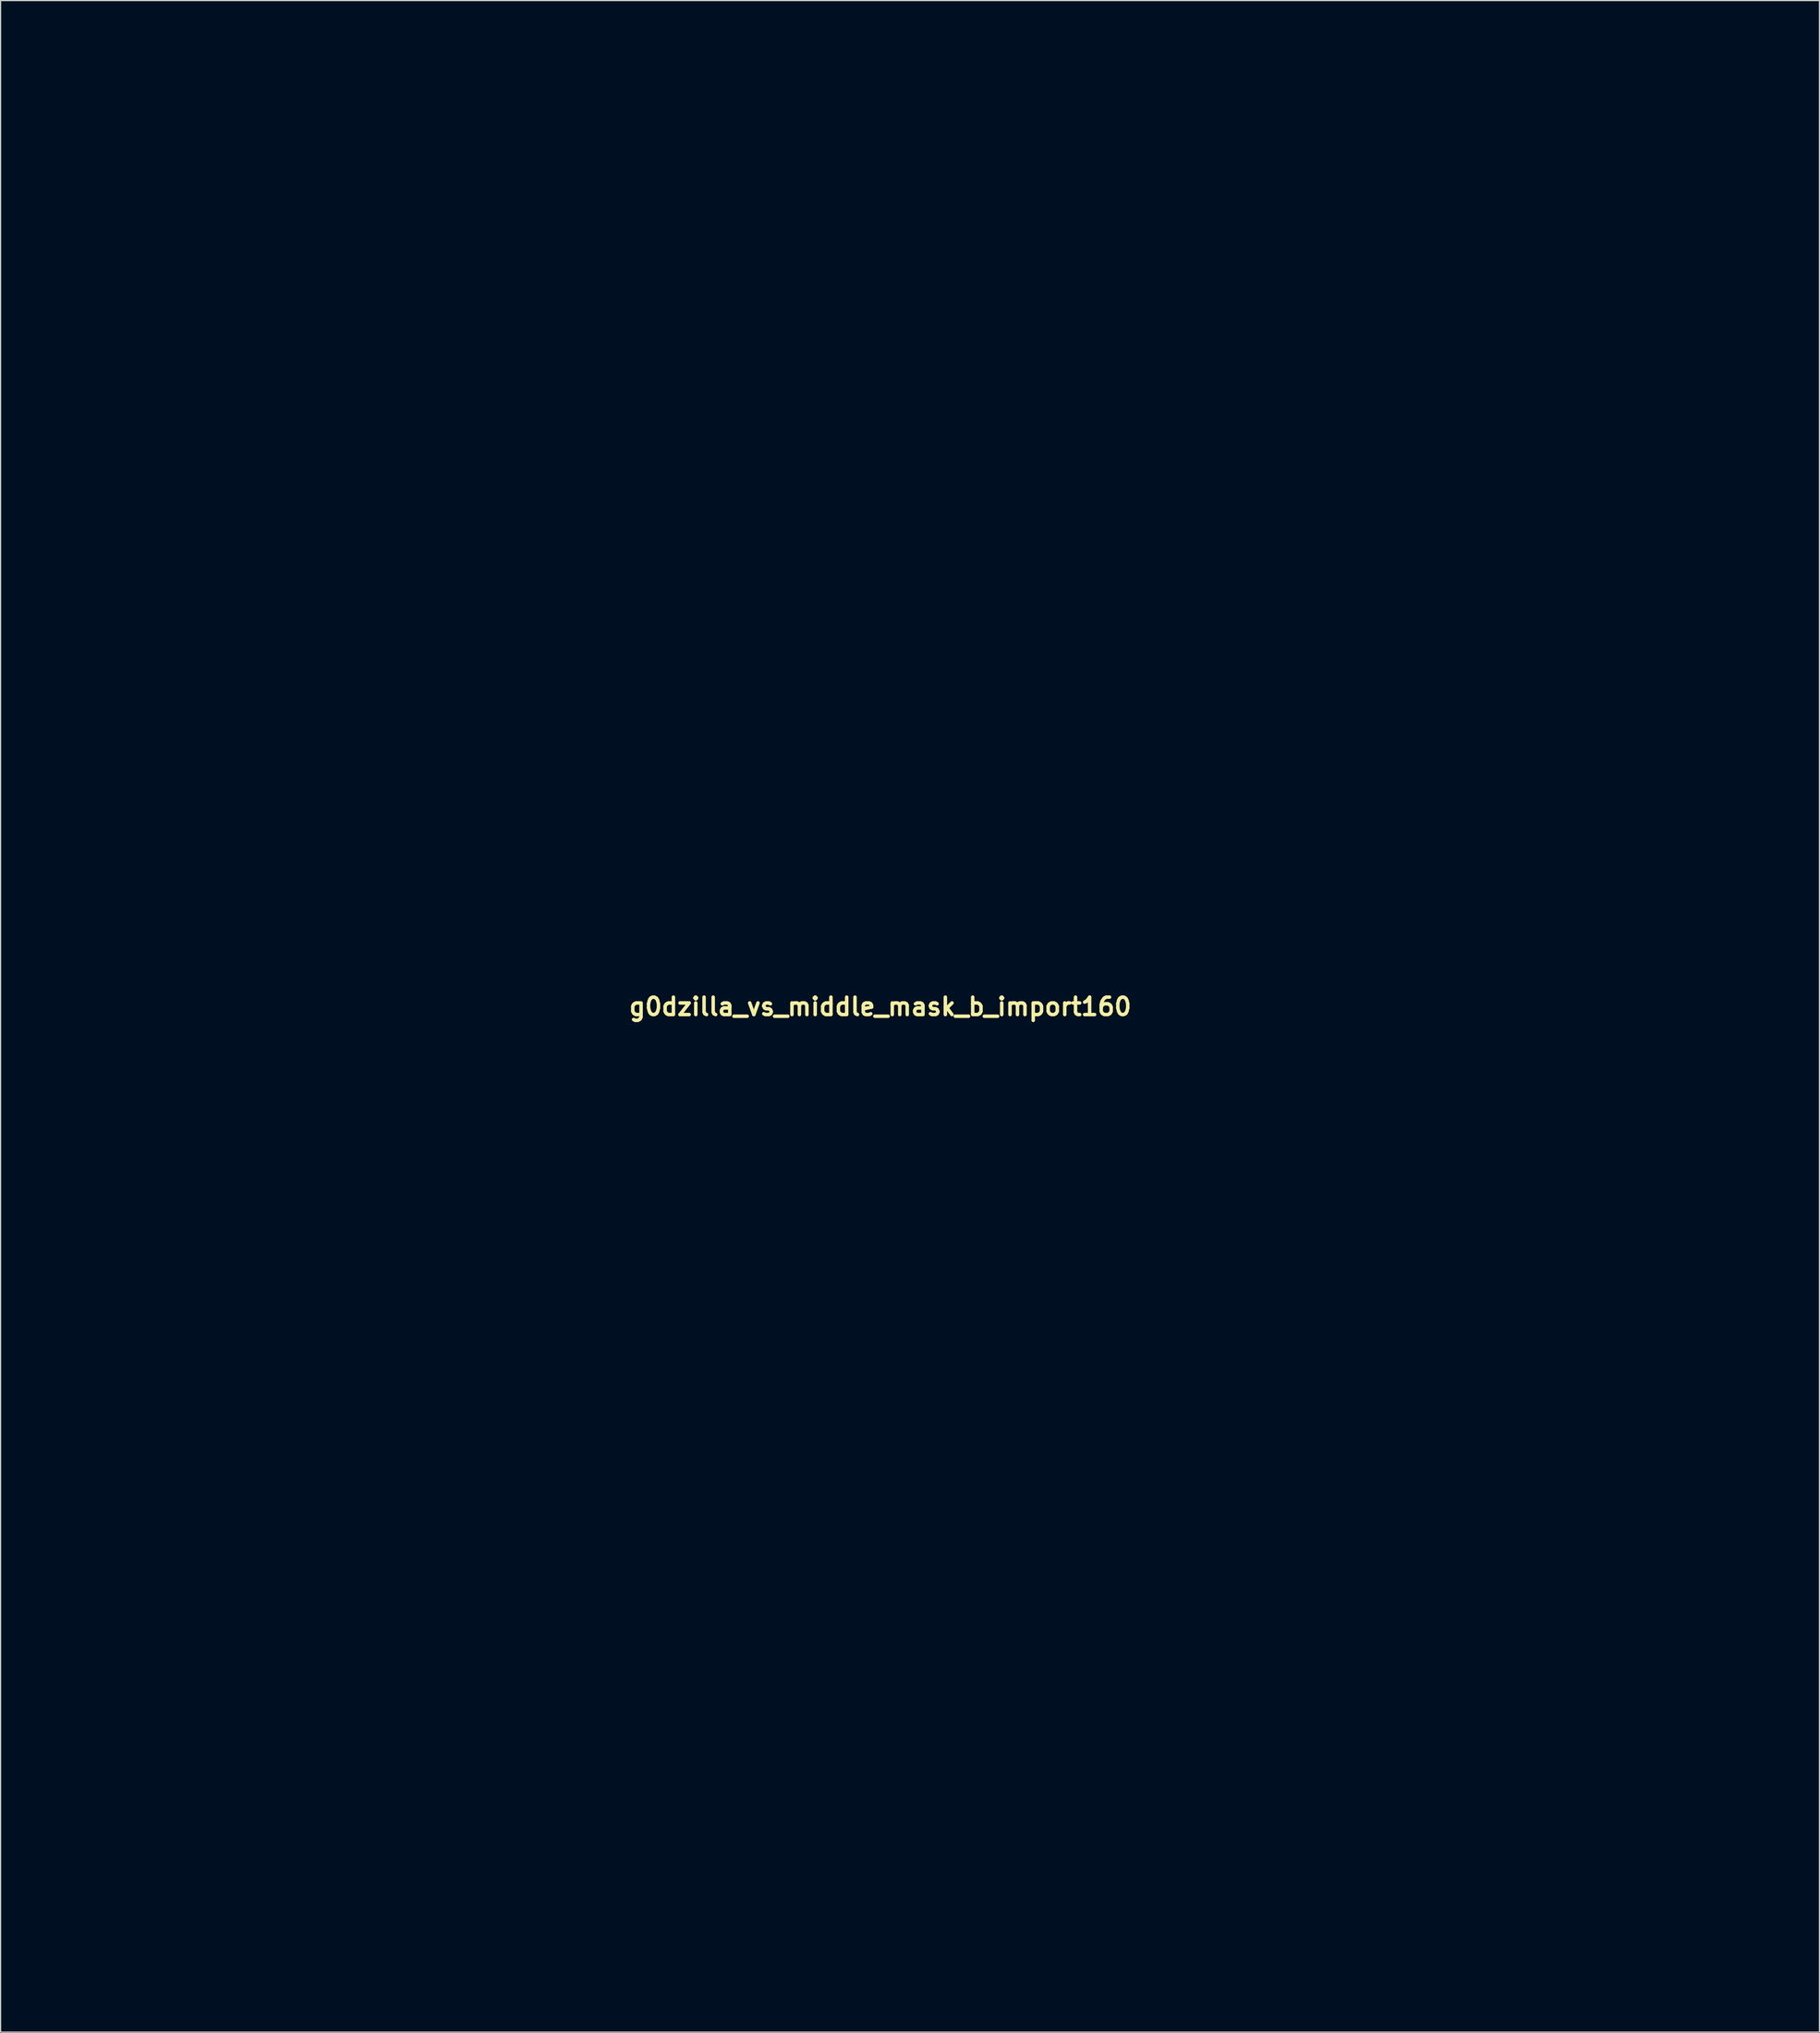
<source format=kicad_pcb>
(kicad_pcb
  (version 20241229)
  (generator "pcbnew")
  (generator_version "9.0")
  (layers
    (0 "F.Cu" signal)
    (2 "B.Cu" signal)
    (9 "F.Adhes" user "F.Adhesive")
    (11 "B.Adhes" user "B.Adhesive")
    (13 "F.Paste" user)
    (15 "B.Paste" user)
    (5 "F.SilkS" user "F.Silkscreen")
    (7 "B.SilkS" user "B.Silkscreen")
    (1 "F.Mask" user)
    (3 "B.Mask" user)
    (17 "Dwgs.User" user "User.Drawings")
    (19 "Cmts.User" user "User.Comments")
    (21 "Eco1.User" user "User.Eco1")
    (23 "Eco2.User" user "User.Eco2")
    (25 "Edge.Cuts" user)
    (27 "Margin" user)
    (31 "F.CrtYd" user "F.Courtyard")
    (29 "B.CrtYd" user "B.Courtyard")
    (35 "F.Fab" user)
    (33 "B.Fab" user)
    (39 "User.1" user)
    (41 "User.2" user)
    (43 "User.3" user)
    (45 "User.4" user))
  (footprint "g0dzilla_vs_middle_mask_b_import160"
    (layer "F.Cu")
    (at 72.785 83.627)
    (property "Reference" "g0dzilla_vs_middle_mask_b_import160" (at 0 0 0) (layer "F.SilkS") (effects (font (size 1.5 1.5) (thickness 0.3))))
    (attr board_only exclude_from_pos_files exclude_from_bom)
    (fp_poly (pts (xy 75.602 -72.998) (xy 75.602 -71.931) (xy 76.712 -71.931) (xy 77.822 -71.931) (xy 77.822 -71.739) (xy 77.822 -71.547) (xy 76.712 -71.547) (xy 75.602 -71.547) (xy 75.602 -70.48) (xy 75.602 -69.412) (xy 75.389 -69.412) (xy 75.175 -69.412) (xy 75.175 -70.48) (xy 75.175 -71.547) (xy 74.151 -71.547) (xy 73.126 -71.547) (xy 73.126 -71.739) (xy 73.126 -71.931) (xy 74.151 -71.931) (xy 75.175 -71.931) (xy 75.175 -72.998) (xy 75.175 -74.066) (xy 75.389 -74.066) (xy 75.602 -74.066)) (stroke (width 0) (type solid)) (fill yes) (layer "F.Mask"))
    (fp_poly (pts (xy -70.309 8.813) (xy -70.309 9.861) (xy -69.199 9.861) (xy -68.089 9.861) (xy -68.089 10.075) (xy -68.089 10.288) (xy -69.199 10.288) (xy -70.309 10.288) (xy -70.309 11.334) (xy -70.309 12.38) (xy -70.515 12.38) (xy -70.642 12.374) (xy -70.73 12.361) (xy -70.75 12.351) (xy -70.758 12.302) (xy -70.765 12.18) (xy -70.771 11.997) (xy -70.775 11.765) (xy -70.778 11.496) (xy -70.778 11.305) (xy -70.778 10.288) (xy -71.782 10.288) (xy -72.785 10.288) (xy -72.785 10.075) (xy -72.785 9.861) (xy -71.771 9.861) (xy -70.757 9.861) (xy -70.757 8.826) (xy -70.757 7.791) (xy -70.533 7.778) (xy -70.309 7.765)) (stroke (width 0) (type solid)) (fill yes) (layer "F.Mask"))
    (fp_poly (pts (xy -70.224 63.735) (xy -70.224 64.802) (xy -69.09 64.802) (xy -67.956 64.802) (xy -67.969 64.982) (xy -67.987 65.101) (xy -68.026 65.163) (xy -68.089 65.191) (xy -68.161 65.199) (xy -68.305 65.207) (xy -68.507 65.214) (xy -68.755 65.22) (xy -69.034 65.223) (xy -69.21 65.225) (xy -70.224 65.229) (xy -70.224 66.275) (xy -70.224 67.321) (xy -70.415 67.321) (xy -70.606 67.321) (xy -70.618 66.271) (xy -70.629 65.222) (xy -71.643 65.223) (xy -72.657 65.225) (xy -72.657 65.013) (xy -72.657 64.802) (xy -71.632 64.802) (xy -70.608 64.802) (xy -70.608 63.735) (xy -70.608 62.668) (xy -70.416 62.668) (xy -70.224 62.668)) (stroke (width 0) (type solid)) (fill yes) (layer "F.Mask"))
    (fp_poly (pts (xy 75.336 -38.078) (xy 75.455 -38.069) (xy 75.54 -38.048) (xy 75.548 -38.044) (xy 75.566 -38.007) (xy 75.581 -37.918) (xy 75.593 -37.769) (xy 75.602 -37.554) (xy 75.608 -37.265) (xy 75.612 -36.988) (xy 75.624 -35.966) (xy 76.723 -35.954) (xy 77.822 -35.943) (xy 77.822 -35.752) (xy 77.822 -35.561) (xy 76.723 -35.55) (xy 75.624 -35.539) (xy 75.612 -34.482) (xy 75.601 -33.426) (xy 75.388 -33.426) (xy 75.175 -33.426) (xy 75.175 -34.493) (xy 75.175 -35.56) (xy 74.151 -35.56) (xy 73.126 -35.56) (xy 73.126 -35.752) (xy 73.126 -35.944) (xy 74.151 -35.944) (xy 75.175 -35.944) (xy 75.175 -37.011) (xy 75.175 -38.079)) (stroke (width 0) (type solid)) (fill yes) (layer "F.Mask"))
    (fp_poly (pts (xy 75.56 8.837) (xy 75.56 9.904) (xy 76.693 9.904) (xy 77.827 9.904) (xy 77.814 10.107) (xy 77.801 10.309) (xy 76.68 10.321) (xy 75.56 10.332) (xy 75.56 11.377) (xy 75.56 12.423) (xy 75.368 12.423) (xy 75.175 12.423) (xy 75.175 11.377) (xy 75.175 10.331) (xy 74.197 10.331) (xy 73.913 10.33) (xy 73.656 10.327) (xy 73.438 10.322) (xy 73.273 10.316) (xy 73.173 10.309) (xy 73.151 10.305) (xy 73.103 10.251) (xy 73.084 10.13) (xy 73.084 10.091) (xy 73.084 9.904) (xy 74.13 9.904) (xy 75.175 9.904) (xy 75.175 8.837) (xy 75.175 7.769) (xy 75.368 7.769) (xy 75.56 7.769)) (stroke (width 0) (type solid)) (fill yes) (layer "F.Mask"))
    (fp_poly (pts (xy 75.688 63.777) (xy 75.688 64.843) (xy 76.787 64.855) (xy 77.886 64.866) (xy 77.899 65.047) (xy 77.912 65.229) (xy 76.8 65.229) (xy 75.688 65.229) (xy 75.688 66.296) (xy 75.688 67.363) (xy 75.501 67.363) (xy 75.383 67.358) (xy 75.324 67.332) (xy 75.296 67.267) (xy 75.288 67.23) (xy 75.28 67.149) (xy 75.273 66.996) (xy 75.267 66.788) (xy 75.263 66.539) (xy 75.261 66.262) (xy 75.261 66.164) (xy 75.261 65.23) (xy 74.247 65.219) (xy 73.233 65.208) (xy 73.22 65.026) (xy 73.207 64.845) (xy 74.234 64.845) (xy 75.261 64.845) (xy 75.261 63.777) (xy 75.261 62.71) (xy 75.474 62.71) (xy 75.688 62.71)) (stroke (width 0) (type solid)) (fill yes) (layer "F.Mask"))
    (fp_poly (pts (xy -70.309 -37.035) (xy -70.309 -35.987) (xy -69.178 -35.987) (xy -68.046 -35.987) (xy -68.047 -35.869) (xy -68.057 -35.741) (xy -68.073 -35.656) (xy -68.099 -35.56) (xy -69.204 -35.56) (xy -70.309 -35.56) (xy -70.309 -34.514) (xy -70.309 -33.468) (xy -70.502 -33.468) (xy -70.64 -33.481) (xy -70.712 -33.515) (xy -70.717 -33.524) (xy -70.723 -33.582) (xy -70.727 -33.712) (xy -70.729 -33.901) (xy -70.73 -34.138) (xy -70.728 -34.409) (xy -70.727 -34.57) (xy -70.714 -35.56) (xy -71.75 -35.56) (xy -72.785 -35.56) (xy -72.785 -35.773) (xy -72.785 -35.985) (xy -71.757 -35.997) (xy -70.728 -36.008) (xy -70.721 -37.033) (xy -70.714 -38.057) (xy -70.512 -38.07) (xy -70.309 -38.083)) (stroke (width 0) (type solid)) (fill yes) (layer "F.Mask"))
    (fp_poly (pts (xy -70.309 -73.043) (xy -70.309 -71.974) (xy -69.178 -71.974) (xy -68.046 -71.974) (xy -68.046 -71.786) (xy -68.059 -71.648) (xy -68.1 -71.58) (xy -68.114 -71.573) (xy -68.174 -71.566) (xy -68.307 -71.559) (xy -68.5 -71.554) (xy -68.742 -71.55) (xy -69.019 -71.547) (xy -69.245 -71.547) (xy -70.309 -71.547) (xy -70.309 -70.501) (xy -70.309 -69.455) (xy -70.494 -69.455) (xy -70.614 -69.461) (xy -70.694 -69.476) (xy -70.707 -69.484) (xy -70.715 -69.533) (xy -70.722 -69.655) (xy -70.728 -69.838) (xy -70.733 -70.07) (xy -70.735 -70.339) (xy -70.736 -70.529) (xy -70.736 -71.547) (xy -71.76 -71.547) (xy -72.785 -71.547) (xy -72.785 -71.76) (xy -72.785 -71.974) (xy -71.76 -71.974) (xy -70.736 -71.974) (xy -70.731 -72.966) (xy -70.729 -73.252) (xy -70.727 -73.511) (xy -70.725 -73.73) (xy -70.723 -73.897) (xy -70.721 -73.999) (xy -70.72 -74.023) (xy -70.683 -74.068) (xy -70.577 -74.094) (xy -70.512 -74.1) (xy -70.309 -74.113)) (stroke (width 0) (type solid)) (fill yes) (layer "F.Mask"))
    (fp_poly (pts (xy -61.408 -26.518) (xy -61.403 -26.394) (xy -61.399 -26.201) (xy -61.396 -25.947) (xy -61.393 -25.639) (xy -61.391 -25.285) (xy -61.389 -24.894) (xy -61.388 -24.472) (xy -61.387 -24.027) (xy -61.387 -23.568) (xy -61.388 -23.103) (xy -61.388 -22.638) (xy -61.39 -22.182) (xy -61.391 -21.743) (xy -61.394 -21.328) (xy -61.396 -20.946) (xy -61.399 -20.604) (xy -61.403 -20.309) (xy -61.407 -20.07) (xy -61.411 -19.895) (xy -61.416 -19.791) (xy -61.42 -19.765) (xy -61.462 -19.792) (xy -61.555 -19.867) (xy -61.689 -19.981) (xy -61.853 -20.124) (xy -61.989 -20.245) (xy -62.33 -20.551) (xy -62.67 -20.855) (xy -63.002 -21.151) (xy -63.32 -21.435) (xy -63.619 -21.7) (xy -63.893 -21.942) (xy -64.134 -22.155) (xy -64.338 -22.334) (xy -64.498 -22.474) (xy -64.608 -22.568) (xy -64.662 -22.612) (xy -64.666 -22.615) (xy -64.706 -22.591) (xy -64.803 -22.514) (xy -64.949 -22.392) (xy -65.139 -22.229) (xy -65.366 -22.031) (xy -65.623 -21.804) (xy -65.903 -21.554) (xy -66.201 -21.286) (xy -66.321 -21.178) (xy -66.507 -21.01) (xy -66.713 -20.825) (xy -66.93 -20.633) (xy -67.148 -20.441) (xy -67.356 -20.257) (xy -67.546 -20.092) (xy -67.707 -19.952) (xy -67.83 -19.847) (xy -67.906 -19.785) (xy -67.924 -19.772) (xy -67.93 -19.812) (xy -67.935 -19.93) (xy -67.941 -20.123) (xy -67.945 -20.383) (xy -67.95 -20.706) (xy -67.953 -21.084) (xy -67.956 -21.513) (xy -67.959 -21.933) (xy -66.979 -21.933) (xy -66.546 -22.332) (xy -66.356 -22.508) (xy -66.161 -22.689) (xy -65.982 -22.857) (xy -65.843 -22.988) (xy -65.843 -22.988) (xy -65.658 -23.164) (xy -63.774 -23.164) (xy -63.53 -22.945) (xy -63.399 -22.827) (xy -63.228 -22.672) (xy -63.04 -22.503) (xy -62.881 -22.358) (xy -62.726 -22.219) (xy -62.593 -22.104) (xy -62.496 -22.023) (xy -62.446 -21.988) (xy -62.443 -21.987) (xy -62.435 -22.027) (xy -62.428 -22.142) (xy -62.421 -22.321) (xy -62.416 -22.552) (xy -62.413 -22.825) (xy -62.411 -23.129) (xy -62.411 -23.161) (xy -62.412 -23.508) (xy -62.413 -23.778) (xy -62.415 -23.981) (xy -62.42 -24.125) (xy -62.427 -24.22) (xy -62.438 -24.273) (xy -62.453 -24.295) (xy -62.472 -24.293) (xy -62.49 -24.282) (xy -62.546 -24.237) (xy -62.654 -24.145) (xy -62.803 -24.017) (xy -62.981 -23.862) (xy -63.171 -23.695) (xy -63.774 -23.164) (xy -65.658 -23.164) (xy -65.574 -23.244) (xy -66.244 -23.847) (xy -66.915 -24.449) (xy -66.941 -23.804) (xy -66.952 -23.506) (xy -66.962 -23.171) (xy -66.969 -22.838) (xy -66.973 -22.549) (xy -66.974 -22.546) (xy -66.979 -21.933) (xy -67.959 -21.933) (xy -67.959 -21.986) (xy -67.96 -22.497) (xy -67.961 -23.041) (xy -67.961 -23.182) (xy -67.961 -23.803) (xy -67.961 -24.344) (xy -67.96 -24.81) (xy -67.959 -25.207) (xy -67.957 -25.541) (xy -67.955 -25.815) (xy -67.952 -26.037) (xy -67.948 -26.211) (xy -67.942 -26.343) (xy -67.936 -26.438) (xy -67.928 -26.501) (xy -67.919 -26.538) (xy -67.909 -26.554) (xy -67.896 -26.554) (xy -67.886 -26.548) (xy -67.826 -26.498) (xy -67.718 -26.404) (xy -67.577 -26.281) (xy -67.427 -26.147) (xy -67.254 -25.992) (xy -67.083 -25.84) (xy -66.935 -25.71) (xy -66.848 -25.634) (xy -66.767 -25.562) (xy -66.632 -25.442) (xy -66.453 -25.283) (xy -66.24 -25.094) (xy -66.003 -24.883) (xy -65.752 -24.66) (xy -65.684 -24.6) (xy -65.441 -24.384) (xy -65.218 -24.188) (xy -65.023 -24.019) (xy -64.865 -23.883) (xy -64.75 -23.787) (xy -64.687 -23.739) (xy -64.679 -23.735) (xy -64.641 -23.763) (xy -64.546 -23.842) (xy -64.399 -23.967) (xy -64.207 -24.133) (xy -63.977 -24.335) (xy -63.713 -24.566) (xy -63.423 -24.823) (xy -63.113 -25.098) (xy -63.041 -25.163) (xy -62.727 -25.441) (xy -62.433 -25.7) (xy -62.165 -25.935) (xy -61.927 -26.141) (xy -61.728 -26.312) (xy -61.572 -26.443) (xy -61.466 -26.529) (xy -61.416 -26.564) (xy -61.413 -26.564)) (stroke (width 0) (type solid)) (fill yes) (layer "F.Mask"))
    (fp_poly (pts (xy 52.972 26.14) (xy 53.117 26.162) (xy 53.119 26.162) (xy 53.444 26.251) (xy 53.71 26.394) (xy 53.912 26.589) (xy 54.022 26.771) (xy 54.079 26.906) (xy 54.118 27.012) (xy 54.13 27.06) (xy 54.17 27.09) (xy 54.279 27.106) (xy 54.346 27.108) (xy 54.631 27.144) (xy 54.873 27.252) (xy 55.067 27.43) (xy 55.121 27.506) (xy 55.188 27.617) (xy 55.23 27.71) (xy 55.251 27.814) (xy 55.26 27.954) (xy 55.261 28.11) (xy 55.257 28.299) (xy 55.247 28.471) (xy 55.233 28.597) (xy 55.228 28.625) (xy 55.213 28.714) (xy 55.242 28.763) (xy 55.334 28.805) (xy 55.34 28.807) (xy 55.494 28.907) (xy 55.63 29.088) (xy 55.746 29.352) (xy 55.822 29.604) (xy 55.889 29.908) (xy 55.914 30.155) (xy 55.895 30.363) (xy 55.828 30.549) (xy 55.711 30.732) (xy 55.648 30.81) (xy 55.601 30.869) (xy 55.572 30.923) (xy 55.558 30.992) (xy 55.558 31.094) (xy 55.569 31.248) (xy 55.584 31.408) (xy 55.605 31.762) (xy 55.602 32.092) (xy 55.575 32.385) (xy 55.528 32.624) (xy 55.46 32.796) (xy 55.455 32.804) (xy 55.351 32.927) (xy 55.219 33.029) (xy 55.196 33.042) (xy 55.03 33.119) (xy 54.842 33.196) (xy 54.655 33.264) (xy 54.493 33.314) (xy 54.378 33.339) (xy 54.359 33.34) (xy 54.298 33.348) (xy 54.268 33.388) (xy 54.258 33.48) (xy 54.258 33.544) (xy 54.244 33.698) (xy 54.191 33.821) (xy 54.126 33.907) (xy 53.876 34.148) (xy 53.579 34.319) (xy 53.236 34.419) (xy 52.866 34.45) (xy 52.514 34.45) (xy 52.485 34.584) (xy 52.402 34.768) (xy 52.235 34.947) (xy 51.984 35.124) (xy 51.688 35.278) (xy 51.506 35.363) (xy 51.348 35.439) (xy 51.234 35.495) (xy 51.184 35.521) (xy 51.017 35.612) (xy 50.871 35.664) (xy 50.701 35.693) (xy 50.629 35.7) (xy 50.41 35.705) (xy 50.232 35.675) (xy 50.161 35.652) (xy 50.059 35.605) (xy 49.973 35.54) (xy 49.885 35.439) (xy 49.777 35.285) (xy 49.755 35.252) (xy 49.639 35.088) (xy 49.536 34.968) (xy 49.459 34.905) (xy 49.447 34.901) (xy 49.353 34.896) (xy 49.214 34.909) (xy 49.132 34.924) (xy 48.826 34.959) (xy 48.564 34.921) (xy 48.343 34.81) (xy 48.159 34.624) (xy 48.089 34.517) (xy 47.979 34.331) (xy 47.266 34.315) (xy 47.002 34.309) (xy 46.807 34.302) (xy 46.662 34.291) (xy 46.552 34.274) (xy 46.458 34.248) (xy 46.364 34.21) (xy 46.263 34.164) (xy 45.844 33.922) (xy 45.488 33.622) (xy 45.195 33.267) (xy 45.02 32.968) (xy 44.935 32.81) (xy 44.828 32.626) (xy 44.744 32.49) (xy 44.636 32.292) (xy 44.598 32.139) (xy 44.631 32.028) (xy 44.698 31.973) (xy 44.769 31.953) (xy 44.906 31.931) (xy 45.09 31.908) (xy 45.301 31.888) (xy 45.319 31.887) (xy 45.56 31.866) (xy 45.728 31.849) (xy 45.837 31.831) (xy 45.899 31.811) (xy 45.927 31.785) (xy 45.934 31.75) (xy 45.934 31.747) (xy 45.961 31.64) (xy 46.032 31.487) (xy 46.135 31.311) (xy 46.26 31.131) (xy 46.391 30.968) (xy 46.521 30.828) (xy 46.626 30.736) (xy 46.736 30.671) (xy 46.879 30.616) (xy 46.971 30.586) (xy 47.187 30.529) (xy 47.435 30.481) (xy 47.662 30.453) (xy 47.663 30.453) (xy 48.022 30.425) (xy 48.047 30.228) (xy 48.152 29.735) (xy 48.336 29.251) (xy 48.593 28.787) (xy 48.917 28.355) (xy 49.301 27.966) (xy 49.339 27.932) (xy 49.527 27.796) (xy 49.77 27.658) (xy 50.046 27.527) (xy 50.335 27.41) (xy 50.615 27.317) (xy 50.866 27.256) (xy 51.057 27.236) (xy 51.256 27.236) (xy 51.313 27) (xy 51.35 26.87) (xy 51.402 26.768) (xy 51.486 26.669) (xy 51.619 26.545) (xy 51.629 26.536) (xy 51.748 26.434) (xy 51.847 26.363) (xy 51.947 26.313) (xy 52.074 26.272) (xy 52.25 26.23) (xy 52.352 26.208) (xy 52.566 26.165) (xy 52.723 26.14) (xy 52.85 26.132)) (stroke (width 0) (type solid)) (fill yes) (layer "F.Mask"))
    (fp_poly (pts (xy 3.799 -13.027) (xy 4.231 -13.022) (xy 4.593 -13.015) (xy 4.903 -13.005) (xy 5.175 -12.989) (xy 5.426 -12.965) (xy 5.672 -12.932) (xy 5.93 -12.889) (xy 6.215 -12.833) (xy 6.543 -12.762) (xy 6.83 -12.698) (xy 7.052 -12.651) (xy 7.323 -12.596) (xy 7.609 -12.54) (xy 7.876 -12.49) (xy 8.157 -12.435) (xy 8.468 -12.368) (xy 8.771 -12.297) (xy 9.007 -12.236) (xy 9.275 -12.165) (xy 9.575 -12.089) (xy 9.867 -12.017) (xy 10.047 -11.974) (xy 10.554 -11.857) (xy 10.794 -11.526) (xy 10.924 -11.356) (xy 11.036 -11.235) (xy 11.158 -11.139) (xy 11.315 -11.044) (xy 11.362 -11.018) (xy 11.626 -10.847) (xy 11.813 -10.657) (xy 11.93 -10.439) (xy 11.985 -10.18) (xy 11.988 -10.14) (xy 11.992 -9.978) (xy 11.973 -9.86) (xy 11.922 -9.745) (xy 11.889 -9.689) (xy 11.838 -9.614) (xy 11.773 -9.544) (xy 11.683 -9.469) (xy 11.556 -9.381) (xy 11.38 -9.27) (xy 11.144 -9.129) (xy 11.085 -9.094) (xy 10.823 -8.942) (xy 10.614 -8.827) (xy 10.436 -8.738) (xy 10.269 -8.668) (xy 10.093 -8.605) (xy 9.887 -8.542) (xy 9.841 -8.529) (xy 9.285 -8.369) (xy 8.431 -8.412) (xy 7.928 -8.44) (xy 7.358 -8.475) (xy 6.742 -8.516) (xy 6.098 -8.563) (xy 5.518 -8.607) (xy 5.336 -8.618) (xy 5.225 -8.616) (xy 5.173 -8.6) (xy 5.165 -8.581) (xy 5.144 -8.52) (xy 5.089 -8.41) (xy 5.012 -8.276) (xy 5.012 -8.275) (xy 4.856 -7.947) (xy 4.767 -7.582) (xy 4.743 -7.209) (xy 4.737 -7.034) (xy 4.722 -6.807) (xy 4.699 -6.562) (xy 4.678 -6.382) (xy 4.65 -6.106) (xy 4.629 -5.769) (xy 4.615 -5.394) (xy 4.611 -5.03) (xy 4.61 -4.191) (xy 4.395 -4.144) (xy 4.271 -4.128) (xy 4.08 -4.116) (xy 3.843 -4.109) (xy 3.577 -4.105) (xy 3.301 -4.106) (xy 3.035 -4.111) (xy 2.798 -4.12) (xy 2.609 -4.134) (xy 2.56 -4.14) (xy 2.363 -4.175) (xy 2.22 -4.231) (xy 2.103 -4.321) (xy 2.032 -4.399) (xy 1.975 -4.476) (xy 1.942 -4.556) (xy 1.926 -4.664) (xy 1.921 -4.825) (xy 1.921 -4.87) (xy 1.915 -5.042) (xy 1.899 -5.186) (xy 1.877 -5.278) (xy 1.872 -5.287) (xy 1.847 -5.388) (xy 1.868 -5.444) (xy 1.886 -5.52) (xy 1.846 -5.611) (xy 1.824 -5.642) (xy 1.769 -5.731) (xy 1.759 -5.814) (xy 1.786 -5.927) (xy 1.816 -6.078) (xy 1.832 -6.261) (xy 1.833 -6.447) (xy 1.818 -6.606) (xy 1.79 -6.708) (xy 1.767 -6.8) (xy 1.793 -6.851) (xy 1.817 -6.919) (xy 1.786 -7.016) (xy 1.78 -7.03) (xy 1.727 -7.179) (xy 1.693 -7.365) (xy 1.682 -7.553) (xy 1.696 -7.708) (xy 1.707 -7.748) (xy 1.728 -7.865) (xy 1.713 -7.978) (xy 1.669 -8.062) (xy 1.606 -8.093) (xy 1.584 -8.088) (xy 1.425 -8.052) (xy 1.204 -8.037) (xy 0.942 -8.043) (xy 0.659 -8.072) (xy 0.457 -8.104) (xy 0.243 -8.138) (xy -0.029 -8.17) (xy -0.343 -8.199) (xy -0.683 -8.224) (xy -1.034 -8.244) (xy -1.381 -8.26) (xy -1.708 -8.269) (xy -2 -8.272) (xy -2.241 -8.267) (xy -2.416 -8.254) (xy -2.445 -8.25) (xy -2.581 -8.23) (xy -2.693 -8.225) (xy -2.807 -8.238) (xy -2.949 -8.271) (xy -3.146 -8.328) (xy -3.373 -8.389) (xy -3.619 -8.444) (xy -3.841 -8.485) (xy -3.91 -8.495) (xy -4.204 -8.553) (xy -4.514 -8.66) (xy -4.851 -8.82) (xy -5.209 -9.026) (xy -5.358 -9.115) (xy -5.483 -9.182) (xy -5.565 -9.218) (xy -5.58 -9.221) (xy -5.613 -9.26) (xy -5.631 -9.363) (xy -5.634 -9.513) (xy -5.621 -9.69) (xy -5.594 -9.875) (xy -5.577 -9.951) (xy -5.472 -10.246) (xy -5.297 -10.556) (xy -5.062 -10.865) (xy -4.777 -11.16) (xy -4.646 -11.276) (xy -4.533 -11.361) (xy -4.413 -11.429) (xy -4.263 -11.488) (xy -4.059 -11.55) (xy -3.981 -11.571) (xy -3.532 -11.723) (xy -3.07 -11.935) (xy -2.625 -12.192) (xy -2.3 -12.422) (xy -1.967 -12.679) (xy -1.487 -12.749) (xy -1.316 -12.773) (xy -1.17 -12.789) (xy -1.031 -12.797) (xy -0.881 -12.797) (xy -0.702 -12.789) (xy -0.476 -12.773) (xy -0.185 -12.749) (xy -0.138 -12.745) (xy 0.731 -12.671) (xy 1.059 -12.798) (xy 1.234 -12.859) (xy 1.421 -12.909) (xy 1.63 -12.949) (xy 1.87 -12.981) (xy 2.15 -13.003) (xy 2.48 -13.018) (xy 2.867 -13.027) (xy 3.323 -13.029)) (stroke (width 0) (type solid)) (fill yes) (layer "F.Mask"))
    (fp_poly (pts (xy -49.662 26.291) (xy -49.358 26.384) (xy -49.28 26.413) (xy -49.072 26.496) (xy -48.916 26.572) (xy -48.783 26.66) (xy -48.643 26.779) (xy -48.551 26.864) (xy -48.4 27.014) (xy -48.297 27.133) (xy -48.226 27.246) (xy -48.171 27.377) (xy -48.151 27.436) (xy -48.098 27.62) (xy -48.077 27.779) (xy -48.082 27.96) (xy -48.087 28.013) (xy -48.117 28.311) (xy -47.996 28.288) (xy -47.896 28.273) (xy -47.741 28.256) (xy -47.563 28.24) (xy -47.534 28.238) (xy -47.362 28.226) (xy -47.253 28.226) (xy -47.183 28.243) (xy -47.129 28.28) (xy -47.093 28.317) (xy -46.994 28.423) (xy -47.421 28.779) (xy -47.849 29.135) (xy -47.688 29.436) (xy -47.62 29.567) (xy -47.573 29.676) (xy -47.541 29.785) (xy -47.521 29.918) (xy -47.506 30.097) (xy -47.495 30.268) (xy -47.48 30.505) (xy -47.463 30.741) (xy -47.447 30.947) (xy -47.435 31.078) (xy -47.406 31.355) (xy -47.257 31.11) (xy -47.179 30.986) (xy -47.117 30.898) (xy -47.084 30.864) (xy -47.058 30.9) (xy -46.997 31.001) (xy -46.906 31.157) (xy -46.793 31.358) (xy -46.663 31.593) (xy -46.553 31.793) (xy -46.414 32.049) (xy -46.288 32.279) (xy -46.182 32.473) (xy -46.101 32.62) (xy -46.051 32.711) (xy -46.036 32.736) (xy -45.997 32.724) (xy -45.908 32.679) (xy -45.834 32.638) (xy -45.643 32.526) (xy -45.345 33.029) (xy -45.228 33.221) (xy -45.12 33.39) (xy -45.031 33.522) (xy -44.971 33.599) (xy -44.964 33.607) (xy -44.911 33.648) (xy -44.857 33.66) (xy -44.775 33.643) (xy -44.649 33.6) (xy -44.482 33.533) (xy -44.292 33.444) (xy -44.162 33.376) (xy -43.906 33.233) (xy -43.218 33.234) (xy -42.96 33.235) (xy -42.772 33.238) (xy -42.639 33.246) (xy -42.545 33.26) (xy -42.474 33.282) (xy -42.412 33.315) (xy -42.363 33.346) (xy -42.173 33.493) (xy -41.961 33.691) (xy -41.751 33.916) (xy -41.565 34.146) (xy -41.494 34.245) (xy -41.387 34.395) (xy -41.308 34.481) (xy -41.247 34.513) (xy -41.216 34.513) (xy -41.14 34.502) (xy -41.001 34.485) (xy -40.819 34.464) (xy -40.653 34.446) (xy -40.176 34.397) (xy -39.439 33.956) (xy -39.214 33.822) (xy -39.016 33.707) (xy -38.855 33.616) (xy -38.742 33.555) (xy -38.688 33.53) (xy -38.685 33.53) (xy -38.698 33.572) (xy -38.744 33.672) (xy -38.816 33.816) (xy -38.894 33.963) (xy -38.978 34.126) (xy -39.037 34.255) (xy -39.064 34.335) (xy -39.058 34.355) (xy -38.994 34.328) (xy -38.873 34.274) (xy -38.713 34.203) (xy -38.597 34.151) (xy -38.385 34.061) (xy -38.231 34.01) (xy -38.122 33.993) (xy -38.071 33.997) (xy -38.019 34.001) (xy -37.958 33.987) (xy -37.878 33.95) (xy -37.766 33.883) (xy -37.614 33.78) (xy -37.409 33.636) (xy -37.275 33.539) (xy -37.058 33.383) (xy -36.856 33.239) (xy -36.683 33.117) (xy -36.553 33.026) (xy -36.478 32.975) (xy -36.478 32.975) (xy -36.395 32.924) (xy -36.373 32.918) (xy -36.401 32.959) (xy -36.414 32.975) (xy -36.461 33.031) (xy -36.555 33.139) (xy -36.687 33.289) (xy -36.848 33.472) (xy -37.029 33.675) (xy -37.089 33.743) (xy -37.291 33.97) (xy -37.44 34.142) (xy -37.543 34.266) (xy -37.605 34.35) (xy -37.632 34.403) (xy -37.629 34.43) (xy -37.602 34.441) (xy -37.602 34.441) (xy -37.466 34.458) (xy -37.383 34.478) (xy -37.353 34.512) (xy -37.38 34.569) (xy -37.464 34.661) (xy -37.607 34.798) (xy -37.673 34.859) (xy -38.057 35.218) (xy -37.953 35.299) (xy -37.849 35.381) (xy -37.966 35.534) (xy -38.083 35.688) (xy -37.942 35.685) (xy -37.83 35.68) (xy -37.666 35.668) (xy -37.485 35.653) (xy -37.47 35.652) (xy -37.315 35.64) (xy -37.199 35.635) (xy -37.142 35.639) (xy -37.139 35.641) (xy -37.165 35.68) (xy -37.234 35.766) (xy -37.332 35.881) (xy -37.351 35.904) (xy -37.563 36.148) (xy -37.298 36.131) (xy -37.139 36.122) (xy -36.922 36.111) (xy -36.662 36.1) (xy -36.373 36.087) (xy -36.07 36.075) (xy -35.768 36.063) (xy -35.481 36.052) (xy -35.225 36.043) (xy -35.013 36.036) (xy -34.86 36.032) (xy -34.791 36.032) (xy -34.599 36.034) (xy -34.916 36.196) (xy -35.232 36.358) (xy -35.092 36.386) (xy -34.974 36.401) (xy -34.81 36.413) (xy -34.669 36.418) (xy -34.479 36.424) (xy -34.286 36.439) (xy -34.173 36.451) (xy -34.099 36.463) (xy -34.058 36.474) (xy -34.058 36.489) (xy -34.107 36.51) (xy -34.213 36.541) (xy -34.384 36.585) (xy -34.628 36.646) (xy -34.694 36.662) (xy -34.998 36.739) (xy -35.234 36.807) (xy -35.419 36.869) (xy -35.568 36.933) (xy -35.695 37.001) (xy -35.961 37.16) (xy -35.65 37.22) (xy -35.487 37.256) (xy -35.401 37.289) (xy -35.396 37.315) (xy -35.456 37.341) (xy -35.579 37.39) (xy -35.751 37.453) (xy -35.954 37.526) (xy -36.019 37.549) (xy -36.222 37.623) (xy -36.393 37.689) (xy -36.517 37.742) (xy -36.58 37.775) (xy -36.585 37.781) (xy -36.547 37.809) (xy -36.455 37.837) (xy -36.43 37.842) (xy -36.339 37.869) (xy -36.308 37.9) (xy -36.312 37.907) (xy -36.364 37.937) (xy -36.477 37.994) (xy -36.637 38.069) (xy -36.827 38.155) (xy -36.852 38.166) (xy -37.061 38.261) (xy -37.2 38.33) (xy -37.281 38.38) (xy -37.313 38.417) (xy -37.305 38.448) (xy -37.304 38.448) (xy -37.28 38.511) (xy -37.319 38.56) (xy -37.37 38.599) (xy -37.479 38.682) (xy -37.636 38.802) (xy -37.832 38.951) (xy -38.057 39.121) (xy -38.273 39.285) (xy -38.544 39.488) (xy -38.755 39.646) (xy -38.918 39.764) (xy -39.042 39.848) (xy -39.136 39.903) (xy -39.209 39.936) (xy -39.271 39.951) (xy -39.332 39.957) (xy -39.362 39.957) (xy -39.515 39.962) (xy -39.653 39.976) (xy -39.687 39.982) (xy -39.764 39.988) (xy -39.829 39.961) (xy -39.903 39.887) (xy -39.968 39.806) (xy -40.078 39.634) (xy -40.166 39.438) (xy -40.19 39.365) (xy -40.311 39.021) (xy -40.49 38.68) (xy -40.732 38.336) (xy -41.04 37.983) (xy -41.42 37.616) (xy -41.876 37.229) (xy -41.931 37.184) (xy -42.333 36.873) (xy -42.687 36.618) (xy -43.006 36.414) (xy -43.3 36.253) (xy -43.58 36.13) (xy -43.857 36.038) (xy -44.003 36.001) (xy -44.198 35.958) (xy -44.353 35.931) (xy -44.495 35.919) (xy -44.653 35.921) (xy -44.855 35.934) (xy -44.963 35.942) (xy -45.18 35.965) (xy -45.455 35.999) (xy -45.763 36.043) (xy -46.078 36.091) (xy -46.318 36.132) (xy -46.616 36.185) (xy -46.847 36.231) (xy -47.031 36.273) (xy -47.183 36.317) (xy -47.323 36.367) (xy -47.468 36.429) (xy -47.577 36.48) (xy -47.792 36.59) (xy -48.041 36.731) (xy -48.29 36.883) (xy -48.462 36.995) (xy -48.92 37.308) (xy -49.259 36.85) (xy -49.456 36.601) (xy -49.682 36.343) (xy -49.908 36.11) (xy -49.99 36.033) (xy -50.144 35.887) (xy -50.315 35.717) (xy -50.491 35.536) (xy -50.663 35.354) (xy -50.819 35.183) (xy -50.951 35.033) (xy -51.046 34.917) (xy -51.095 34.846) (xy -51.099 34.832) (xy -51.06 34.809) (xy -50.962 34.79) (xy -50.887 34.783) (xy -50.675 34.77) (xy -51.058 34.306) (xy -51.195 34.138) (xy -51.31 33.995) (xy -51.394 33.889) (xy -51.437 33.833) (xy -51.44 33.827) (xy -51.404 33.824) (xy -51.316 33.837) (xy -51.312 33.837) (xy -51.223 33.847) (xy -51.184 33.836) (xy -51.184 33.835) (xy -51.21 33.793) (xy -51.282 33.7) (xy -51.388 33.57) (xy -51.518 33.416) (xy -51.526 33.407) (xy -51.657 33.252) (xy -51.764 33.121) (xy -51.838 33.026) (xy -51.867 32.982) (xy -51.867 32.982) (xy -51.83 32.964) (xy -51.74 32.956) (xy -51.736 32.956) (xy -51.605 32.956) (xy -51.928 32.587) (xy -52.056 32.438) (xy -52.16 32.312) (xy -52.229 32.223) (xy -52.251 32.185) (xy -52.216 32.172) (xy -52.128 32.183) (xy -52.113 32.187) (xy -51.929 32.233) (xy -51.822 32.252) (xy -51.788 32.239) (xy -51.825 32.186) (xy -51.928 32.086) (xy -52.029 31.993) (xy -52.159 31.871) (xy -52.259 31.772) (xy -52.317 31.709) (xy -52.326 31.692) (xy -52.281 31.698) (xy -52.181 31.728) (xy -52.088 31.762) (xy -51.957 31.808) (xy -51.857 31.839) (xy -51.821 31.846) (xy -51.797 31.807) (xy -51.795 31.689) (xy -51.805 31.568) (xy -51.813 31.333) (xy -51.774 31.143) (xy -51.679 30.969) (xy -51.603 30.873) (xy -51.508 30.731) (xy -51.471 30.583) (xy -51.491 30.409) (xy -51.569 30.19) (xy -51.572 30.182) (xy -51.646 30.041) (xy -51.73 29.956) (xy -51.82 29.91) (xy -51.947 29.831) (xy -52.068 29.71) (xy -52.162 29.573) (xy -52.207 29.448) (xy -52.209 29.427) (xy -52.234 29.332) (xy -52.295 29.23) (xy -52.353 29.124) (xy -52.404 28.976) (xy -52.424 28.893) (xy -52.443 28.739) (xy -52.438 28.583) (xy -52.406 28.408) (xy -52.342 28.198) (xy -52.243 27.937) (xy -52.183 27.79) (xy -52.098 27.593) (xy -52.025 27.445) (xy -51.946 27.322) (xy -51.846 27.2) (xy -51.707 27.056) (xy -51.622 26.971) (xy -51.459 26.811) (xy -51.331 26.698) (xy -51.216 26.615) (xy -51.09 26.547) (xy -50.93 26.478) (xy -50.8 26.427) (xy -50.476 26.317) (xy -50.196 26.257) (xy -49.933 26.249)) (stroke (width 0) (type solid)) (fill yes) (layer "F.Mask"))
    (fp_poly (pts (xy 69.348 -28.179) (xy 69.824 -28.133) (xy 70.287 -28.002) (xy 70.693 -27.812) (xy 70.804 -27.75) (xy 70.933 -27.677) (xy 70.949 -27.668) (xy 71.063 -27.594) (xy 71.205 -27.489) (xy 71.316 -27.399) (xy 71.466 -27.273) (xy 71.622 -27.142) (xy 71.716 -27.065) (xy 71.838 -26.946) (xy 71.943 -26.815) (xy 71.979 -26.756) (xy 72.04 -26.659) (xy 72.095 -26.609) (xy 72.11 -26.606) (xy 72.165 -26.581) (xy 72.205 -26.529) (xy 72.256 -26.459) (xy 72.351 -26.351) (xy 72.473 -26.223) (xy 72.518 -26.179) (xy 72.639 -26.052) (xy 72.731 -25.939) (xy 72.781 -25.858) (xy 72.786 -25.84) (xy 72.804 -25.757) (xy 72.848 -25.634) (xy 72.875 -25.571) (xy 72.987 -25.308) (xy 73.077 -25.059) (xy 73.139 -24.842) (xy 73.168 -24.677) (xy 73.169 -24.648) (xy 73.177 -24.524) (xy 73.199 -24.351) (xy 73.23 -24.166) (xy 73.233 -24.149) (xy 73.275 -23.774) (xy 73.272 -23.331) (xy 73.223 -22.824) (xy 73.212 -22.742) (xy 73.149 -22.451) (xy 73.043 -22.193) (xy 73.017 -22.144) (xy 72.932 -21.989) (xy 72.856 -21.844) (xy 72.808 -21.747) (xy 72.746 -21.638) (xy 72.681 -21.561) (xy 72.681 -21.56) (xy 72.625 -21.49) (xy 72.614 -21.451) (xy 72.592 -21.391) (xy 72.533 -21.283) (xy 72.45 -21.151) (xy 72.443 -21.141) (xy 72.359 -21.01) (xy 72.298 -20.904) (xy 72.273 -20.845) (xy 72.273 -20.843) (xy 72.24 -20.795) (xy 72.156 -20.716) (xy 72.04 -20.622) (xy 71.911 -20.527) (xy 71.79 -20.447) (xy 71.71 -20.404) (xy 71.61 -20.331) (xy 71.499 -20.21) (xy 71.399 -20.071) (xy 71.336 -19.946) (xy 71.327 -19.914) (xy 71.286 -19.849) (xy 71.186 -19.826) (xy 71.18 -19.826) (xy 71.048 -19.8) (xy 70.948 -19.752) (xy 70.832 -19.701) (xy 70.696 -19.68) (xy 70.694 -19.68) (xy 70.543 -19.662) (xy 70.38 -19.616) (xy 70.233 -19.552) (xy 70.127 -19.481) (xy 70.091 -19.433) (xy 70.039 -19.343) (xy 69.984 -19.314) (xy 69.943 -19.353) (xy 69.874 -19.417) (xy 69.722 -19.466) (xy 69.569 -19.492) (xy 69.311 -19.555) (xy 69 -19.685) (xy 68.687 -19.85) (xy 68.258 -20.054) (xy 67.948 -20.152) (xy 67.758 -20.207) (xy 67.583 -20.27) (xy 67.451 -20.33) (xy 67.423 -20.347) (xy 67.321 -20.41) (xy 67.246 -20.445) (xy 67.232 -20.448) (xy 67.182 -20.482) (xy 67.165 -20.512) (xy 67.107 -20.566) (xy 67.06 -20.576) (xy 67.026 -20.57) (xy 67.003 -20.542) (xy 66.989 -20.479) (xy 66.982 -20.366) (xy 66.979 -20.189) (xy 66.979 -20.066) (xy 66.972 -19.782) (xy 66.951 -19.564) (xy 66.918 -19.417) (xy 66.873 -19.344) (xy 66.819 -19.35) (xy 66.769 -19.413) (xy 66.735 -19.459) (xy 66.723 -19.43) (xy 66.722 -19.424) (xy 66.703 -19.341) (xy 66.661 -19.232) (xy 66.661 -19.231) (xy 66.602 -19.103) (xy 66.598 -19.281) (xy 66.59 -19.411) (xy 66.574 -19.51) (xy 66.569 -19.527) (xy 66.531 -19.575) (xy 66.494 -19.552) (xy 66.468 -19.469) (xy 66.463 -19.41) (xy 66.46 -19.274) (xy 66.392 -19.424) (xy 66.347 -19.512) (xy 66.322 -19.528) (xy 66.308 -19.488) (xy 66.283 -19.384) (xy 66.27 -19.339) (xy 66.241 -19.301) (xy 66.211 -19.332) (xy 66.185 -19.418) (xy 66.17 -19.543) (xy 66.169 -19.602) (xy 66.153 -19.752) (xy 66.114 -19.854) (xy 66.104 -19.866) (xy 66.061 -19.95) (xy 66.04 -20.071) (xy 66.04 -20.085) (xy 66.032 -20.189) (xy 66.001 -20.227) (xy 65.965 -20.227) (xy 65.912 -20.188) (xy 65.883 -20.089) (xy 65.877 -20.031) (xy 65.853 -19.901) (xy 65.812 -19.845) (xy 65.765 -19.858) (xy 65.725 -19.933) (xy 65.701 -20.065) (xy 65.698 -20.129) (xy 65.679 -20.247) (xy 65.668 -20.256) (xy 65.784 -20.256) (xy 65.805 -20.235) (xy 65.827 -20.256) (xy 65.805 -20.277) (xy 65.784 -20.256) (xy 65.668 -20.256) (xy 65.624 -20.296) (xy 65.541 -20.361) (xy 65.484 -20.475) (xy 65.468 -20.601) (xy 65.473 -20.63) (xy 65.496 -20.726) (xy 65.4 -20.633) (xy 65.347 -20.571) (xy 65.318 -20.492) (xy 65.305 -20.373) (xy 65.303 -20.239) (xy 65.301 -20.09) (xy 65.294 -19.982) (xy 65.286 -19.936) (xy 65.285 -19.936) (xy 65.253 -19.973) (xy 65.212 -20.064) (xy 65.172 -20.182) (xy 65.143 -20.298) (xy 65.135 -20.373) (xy 65.124 -20.458) (xy 65.095 -20.491) (xy 65.074 -20.531) (xy 65.06 -20.639) (xy 65.057 -20.79) (xy 65.272 -20.79) (xy 65.287 -20.754) (xy 65.3 -20.761) (xy 65.305 -20.812) (xy 65.3 -20.818) (xy 65.275 -20.812) (xy 65.272 -20.79) (xy 65.057 -20.79) (xy 65.056 -20.798) (xy 65.056 -20.8) (xy 65.056 -20.939) (xy 65.186 -20.939) (xy 65.208 -20.918) (xy 65.229 -20.939) (xy 65.208 -20.96) (xy 65.186 -20.939) (xy 65.056 -20.939) (xy 65.056 -21.016) (xy 65.048 -21.164) (xy 65.029 -21.264) (xy 64.997 -21.334) (xy 64.977 -21.361) (xy 64.946 -21.433) (xy 64.914 -21.565) (xy 64.885 -21.732) (xy 64.879 -21.781) (xy 64.854 -21.951) (xy 64.827 -22.09) (xy 64.801 -22.175) (xy 64.794 -22.186) (xy 64.773 -22.261) (xy 64.776 -22.379) (xy 64.78 -22.406) (xy 64.788 -22.481) (xy 64.787 -22.566) (xy 64.774 -22.674) (xy 64.748 -22.818) (xy 64.705 -23.011) (xy 64.643 -23.267) (xy 64.601 -23.436) (xy 64.565 -23.616) (xy 64.532 -23.838) (xy 64.509 -24.059) (xy 64.507 -24.095) (xy 64.482 -24.476) (xy 64.248 -24.529) (xy 64.064 -24.557) (xy 63.947 -24.545) (xy 63.935 -24.539) (xy 63.854 -24.513) (xy 63.833 -24.546) (xy 63.868 -24.624) (xy 63.891 -24.723) (xy 63.844 -24.805) (xy 63.744 -24.844) (xy 63.727 -24.845) (xy 63.621 -24.865) (xy 63.557 -24.892) (xy 63.506 -24.925) (xy 63.51 -24.956) (xy 63.578 -25.005) (xy 63.613 -25.027) (xy 63.754 -25.1) (xy 63.91 -25.163) (xy 63.927 -25.168) (xy 64.081 -25.22) (xy 64.232 -25.278) (xy 64.247 -25.284) (xy 64.352 -25.313) (xy 64.517 -25.34) (xy 64.716 -25.363) (xy 64.861 -25.375) (xy 65.096 -25.395) (xy 65.342 -25.427) (xy 65.56 -25.464) (xy 65.65 -25.484) (xy 65.889 -25.544) (xy 66.066 -25.587) (xy 66.2 -25.617) (xy 66.313 -25.639) (xy 66.424 -25.656) (xy 66.554 -25.672) (xy 66.724 -25.692) (xy 66.744 -25.694) (xy 66.958 -25.725) (xy 67.178 -25.766) (xy 67.362 -25.811) (xy 67.392 -25.82) (xy 67.585 -25.865) (xy 67.754 -25.877) (xy 67.881 -25.856) (xy 67.947 -25.803) (xy 67.95 -25.797) (xy 67.925 -25.75) (xy 67.845 -25.677) (xy 67.739 -25.602) (xy 67.61 -25.514) (xy 67.504 -25.432) (xy 67.454 -25.386) (xy 67.427 -25.344) (xy 67.447 -25.328) (xy 67.53 -25.334) (xy 67.591 -25.342) (xy 67.747 -25.353) (xy 67.856 -25.34) (xy 67.903 -25.308) (xy 67.886 -25.265) (xy 67.86 -25.201) (xy 67.899 -25.149) (xy 67.979 -25.122) (xy 68.079 -25.135) (xy 68.08 -25.136) (xy 68.267 -25.196) (xy 68.389 -25.21) (xy 68.452 -25.178) (xy 68.457 -25.166) (xy 68.504 -25.109) (xy 68.528 -25.101) (xy 68.613 -25.079) (xy 68.739 -25.024) (xy 68.879 -24.949) (xy 69.006 -24.87) (xy 69.074 -24.816) (xy 69.206 -24.737) (xy 69.309 -24.718) (xy 69.579 -24.721) (xy 69.766 -24.713) (xy 69.875 -24.693) (xy 69.897 -24.681) (xy 69.97 -24.645) (xy 70.083 -24.61) (xy 70.095 -24.607) (xy 70.245 -24.573) (xy 70.031 -24.539) (xy 69.824 -24.522) (xy 69.649 -24.538) (xy 69.527 -24.585) (xy 69.498 -24.61) (xy 69.433 -24.642) (xy 69.351 -24.639) (xy 69.292 -24.607) (xy 69.284 -24.583) (xy 69.308 -24.546) (xy 69.387 -24.505) (xy 69.529 -24.458) (xy 69.745 -24.401) (xy 69.775 -24.393) (xy 70 -24.326) (xy 70.145 -24.253) (xy 70.215 -24.173) (xy 70.224 -24.129) (xy 70.208 -24.093) (xy 70.147 -24.081) (xy 70.024 -24.092) (xy 70.009 -24.094) (xy 69.773 -24.108) (xy 69.599 -24.079) (xy 69.493 -24.009) (xy 69.474 -23.977) (xy 69.45 -23.931) (xy 69.416 -23.906) (xy 69.353 -23.899) (xy 69.243 -23.908) (xy 69.068 -23.932) (xy 69.055 -23.934) (xy 68.885 -23.937) (xy 68.687 -23.897) (xy 68.445 -23.809) (xy 68.281 -23.736) (xy 68.154 -23.67) (xy 68.087 -23.62) (xy 68.089 -23.596) (xy 68.175 -23.569) (xy 68.281 -23.537) (xy 68.391 -23.473) (xy 68.423 -23.402) (xy 68.478 -23.294) (xy 68.599 -23.207) (xy 68.729 -23.164) (xy 68.846 -23.136) (xy 68.98 -23.099) (xy 68.986 -23.097) (xy 69.115 -23.076) (xy 69.302 -23.075) (xy 69.56 -23.095) (xy 69.566 -23.095) (xy 69.915 -23.117) (xy 70.212 -23.107) (xy 70.281 -23.099) (xy 70.448 -23.083) (xy 70.598 -23.082) (xy 70.687 -23.093) (xy 70.782 -23.127) (xy 70.885 -23.172) (xy 70.973 -23.218) (xy 71.024 -23.252) (xy 71.022 -23.264) (xy 71.023 -23.295) (xy 71.067 -23.37) (xy 71.092 -23.404) (xy 71.17 -23.536) (xy 71.224 -23.676) (xy 71.228 -23.692) (xy 71.263 -23.804) (xy 71.308 -23.88) (xy 71.312 -23.884) (xy 71.385 -23.989) (xy 71.443 -24.173) (xy 71.488 -24.43) (xy 71.517 -24.755) (xy 71.521 -24.851) (xy 71.528 -25.168) (xy 71.515 -25.428) (xy 71.475 -25.657) (xy 71.405 -25.882) (xy 71.298 -26.13) (xy 71.238 -26.252) (xy 71.055 -26.59) (xy 70.869 -26.863) (xy 70.663 -27.091) (xy 70.42 -27.288) (xy 70.123 -27.473) (xy 69.869 -27.606) (xy 69.492 -27.751) (xy 69.079 -27.829) (xy 68.623 -27.839) (xy 68.324 -27.814) (xy 68.122 -27.781) (xy 67.881 -27.732) (xy 67.627 -27.672) (xy 67.384 -27.607) (xy 67.176 -27.543) (xy 67.033 -27.489) (xy 66.911 -27.439) (xy 66.816 -27.41) (xy 66.792 -27.406) (xy 66.734 -27.384) (xy 66.623 -27.321) (xy 66.475 -27.23) (xy 66.322 -27.129) (xy 66.159 -27.02) (xy 66.022 -26.931) (xy 65.927 -26.871) (xy 65.888 -26.851) (xy 65.842 -26.828) (xy 65.756 -26.769) (xy 65.724 -26.745) (xy 65.603 -26.663) (xy 65.526 -26.643) (xy 65.479 -26.681) (xy 65.469 -26.703) (xy 65.471 -26.806) (xy 65.532 -26.923) (xy 65.633 -27.033) (xy 65.756 -27.115) (xy 65.882 -27.15) (xy 65.89 -27.15) (xy 65.957 -27.171) (xy 66.076 -27.228) (xy 66.228 -27.311) (xy 66.319 -27.364) (xy 66.617 -27.537) (xy 66.878 -27.669) (xy 67.129 -27.771) (xy 67.398 -27.856) (xy 67.555 -27.898) (xy 67.733 -27.944) (xy 67.878 -27.984) (xy 67.972 -28.012) (xy 67.997 -28.021) (xy 68.062 -28.04) (xy 68.193 -28.063) (xy 68.372 -28.089) (xy 68.581 -28.115) (xy 68.8 -28.14) (xy 69.01 -28.16) (xy 69.195 -28.174) (xy 69.334 -28.179)) (stroke (width 0) (type solid)) (fill yes) (layer "F.Mask"))
    (fp_poly (pts (xy 2.78 -83.626) (xy 3.197 -83.614) (xy 3.574 -83.59) (xy 3.844 -83.561) (xy 4.048 -83.532) (xy 4.201 -83.503) (xy 4.328 -83.467) (xy 4.452 -83.413) (xy 4.598 -83.334) (xy 4.792 -83.219) (xy 4.803 -83.213) (xy 5.019 -83.079) (xy 5.192 -82.957) (xy 5.348 -82.827) (xy 5.511 -82.668) (xy 5.676 -82.492) (xy 6.029 -82.068) (xy 6.372 -81.583) (xy 6.448 -81.463) (xy 6.65 -81.126) (xy 6.81 -80.819) (xy 6.937 -80.52) (xy 7.035 -80.211) (xy 7.113 -79.871) (xy 7.176 -79.48) (xy 7.216 -79.154) (xy 7.256 -78.826) (xy 7.296 -78.56) (xy 7.339 -78.332) (xy 7.392 -78.116) (xy 7.459 -77.89) (xy 7.472 -77.849) (xy 7.64 -77.325) (xy 7.843 -77.278) (xy 7.938 -77.259) (xy 8.018 -77.255) (xy 8.103 -77.272) (xy 8.215 -77.315) (xy 8.374 -77.388) (xy 8.452 -77.425) (xy 8.679 -77.542) (xy 8.857 -77.655) (xy 9.017 -77.788) (xy 9.135 -77.905) (xy 9.297 -78.058) (xy 9.479 -78.207) (xy 9.645 -78.325) (xy 9.68 -78.346) (xy 9.796 -78.412) (xy 9.9 -78.458) (xy 10.011 -78.492) (xy 10.152 -78.519) (xy 10.342 -78.543) (xy 10.512 -78.561) (xy 10.751 -78.584) (xy 10.947 -78.596) (xy 11.126 -78.597) (xy 11.318 -78.587) (xy 11.549 -78.565) (xy 11.718 -78.547) (xy 11.97 -78.517) (xy 12.16 -78.49) (xy 12.311 -78.459) (xy 12.445 -78.419) (xy 12.586 -78.363) (xy 12.757 -78.286) (xy 12.828 -78.253) (xy 13.029 -78.156) (xy 13.185 -78.07) (xy 13.319 -77.98) (xy 13.454 -77.869) (xy 13.611 -77.721) (xy 13.716 -77.618) (xy 13.894 -77.436) (xy 14.072 -77.245) (xy 14.228 -77.067) (xy 14.343 -76.925) (xy 14.345 -76.922) (xy 14.555 -76.64) (xy 14.908 -76.549) (xy 15.435 -76.431) (xy 15.935 -76.36) (xy 16.447 -76.33) (xy 16.616 -76.328) (xy 16.919 -76.324) (xy 17.174 -76.307) (xy 17.417 -76.276) (xy 17.685 -76.226) (xy 17.726 -76.217) (xy 17.961 -76.165) (xy 18.14 -76.116) (xy 18.292 -76.059) (xy 18.446 -75.983) (xy 18.631 -75.877) (xy 18.683 -75.846) (xy 18.876 -75.727) (xy 19.015 -75.631) (xy 19.121 -75.539) (xy 19.213 -75.433) (xy 19.312 -75.295) (xy 19.342 -75.252) (xy 19.457 -75.073) (xy 19.532 -74.929) (xy 19.581 -74.787) (xy 19.616 -74.617) (xy 19.621 -74.588) (xy 19.649 -74.369) (xy 19.669 -74.121) (xy 19.677 -73.911) (xy 19.68 -73.563) (xy 20.053 -73.535) (xy 20.539 -73.49) (xy 20.969 -73.431) (xy 21.373 -73.353) (xy 21.78 -73.251) (xy 22.138 -73.144) (xy 22.868 -72.913) (xy 24.486 -72.912) (xy 25.247 -72.907) (xy 25.93 -72.89) (xy 26.546 -72.862) (xy 27.101 -72.82) (xy 27.604 -72.765) (xy 28.064 -72.695) (xy 28.487 -72.608) (xy 28.884 -72.505) (xy 29.261 -72.385) (xy 29.379 -72.342) (xy 29.921 -72.141) (xy 30.213 -72.289) (xy 30.488 -72.396) (xy 30.832 -72.482) (xy 31.235 -72.545) (xy 31.683 -72.587) (xy 32.165 -72.606) (xy 32.668 -72.603) (xy 33.18 -72.577) (xy 33.688 -72.529) (xy 34.181 -72.458) (xy 34.646 -72.364) (xy 34.749 -72.339) (xy 35.03 -72.261) (xy 35.34 -72.167) (xy 35.642 -72.067) (xy 35.9 -71.973) (xy 35.905 -71.971) (xy 36.141 -71.875) (xy 36.322 -71.792) (xy 36.471 -71.707) (xy 36.613 -71.608) (xy 36.773 -71.478) (xy 36.806 -71.45) (xy 37.091 -71.2) (xy 37.318 -70.98) (xy 37.497 -70.776) (xy 37.643 -70.571) (xy 37.767 -70.35) (xy 37.844 -70.184) (xy 37.95 -69.927) (xy 38.013 -69.729) (xy 38.036 -69.577) (xy 38.036 -69.561) (xy 38.036 -69.37) (xy 38.228 -69.37) (xy 38.538 -69.352) (xy 38.876 -69.302) (xy 39.207 -69.226) (xy 39.5 -69.133) (xy 39.601 -69.09) (xy 40.036 -68.878) (xy 40.402 -68.663) (xy 40.716 -68.432) (xy 40.992 -68.174) (xy 41.247 -67.875) (xy 41.461 -67.577) (xy 41.576 -67.406) (xy 41.672 -67.264) (xy 41.741 -67.162) (xy 41.772 -67.116) (xy 41.773 -67.115) (xy 41.814 -67.126) (xy 41.921 -67.165) (xy 42.083 -67.226) (xy 42.286 -67.306) (xy 42.519 -67.399) (xy 42.524 -67.401) (xy 42.958 -67.575) (xy 43.324 -67.718) (xy 43.635 -67.835) (xy 43.901 -67.928) (xy 44.134 -68.002) (xy 44.345 -68.059) (xy 44.546 -68.104) (xy 44.747 -68.14) (xy 44.96 -68.171) (xy 45.016 -68.178) (xy 45.431 -68.218) (xy 45.892 -68.246) (xy 46.357 -68.258) (xy 46.414 -68.258) (xy 46.713 -68.256) (xy 46.972 -68.248) (xy 47.207 -68.229) (xy 47.436 -68.197) (xy 47.675 -68.15) (xy 47.943 -68.083) (xy 48.254 -67.995) (xy 48.628 -67.883) (xy 48.675 -67.868) (xy 49.389 -67.648) (xy 50.173 -67.954) (xy 50.453 -68.063) (xy 50.741 -68.173) (xy 51.014 -68.275) (xy 51.251 -68.363) (xy 51.401 -68.417) (xy 51.846 -68.572) (xy 53.173 -68.591) (xy 53.528 -68.596) (xy 53.828 -68.598) (xy 54.086 -68.597) (xy 54.316 -68.592) (xy 54.531 -68.58) (xy 54.745 -68.561) (xy 54.972 -68.534) (xy 55.225 -68.497) (xy 55.517 -68.449) (xy 55.864 -68.389) (xy 56.277 -68.315) (xy 56.387 -68.295) (xy 57.129 -68.163) (xy 57.326 -68.259) (xy 57.448 -68.312) (xy 57.625 -68.383) (xy 57.832 -68.46) (xy 58.003 -68.521) (xy 58.218 -68.593) (xy 58.383 -68.641) (xy 58.529 -68.669) (xy 58.684 -68.682) (xy 58.881 -68.686) (xy 58.976 -68.687) (xy 59.198 -68.684) (xy 59.377 -68.673) (xy 59.542 -68.65) (xy 59.724 -68.61) (xy 59.951 -68.549) (xy 60.012 -68.532) (xy 60.255 -68.459) (xy 60.442 -68.394) (xy 60.597 -68.324) (xy 60.749 -68.238) (xy 60.923 -68.124) (xy 60.935 -68.115) (xy 61.1 -67.999) (xy 61.224 -67.9) (xy 61.325 -67.799) (xy 61.424 -67.674) (xy 61.537 -67.507) (xy 61.608 -67.397) (xy 61.9 -66.94) (xy 61.852 -66.311) (xy 61.803 -65.681) (xy 61.473 -64.911) (xy 61.336 -64.601) (xy 61.179 -64.263) (xy 61.011 -63.915) (xy 60.839 -63.573) (xy 60.674 -63.254) (xy 60.522 -62.974) (xy 60.393 -62.75) (xy 60.356 -62.691) (xy 60.249 -62.523) (xy 60.539 -61.954) (xy 60.829 -61.386) (xy 60.654 -60.906) (xy 60.55 -60.616) (xy 60.473 -60.386) (xy 60.418 -60.196) (xy 60.38 -60.028) (xy 60.353 -59.863) (xy 60.341 -59.754) (xy 60.311 -59.474) (xy 60.555 -59.144) (xy 60.762 -58.821) (xy 60.912 -58.484) (xy 60.925 -58.446) (xy 60.975 -58.299) (xy 61.008 -58.181) (xy 61.029 -58.072) (xy 61.037 -57.949) (xy 61.037 -57.792) (xy 61.029 -57.581) (xy 61.023 -57.464) (xy 61.009 -57.227) (xy 60.99 -57.006) (xy 60.968 -56.821) (xy 60.945 -56.695) (xy 60.939 -56.674) (xy 60.911 -56.599) (xy 60.854 -56.454) (xy 60.77 -56.248) (xy 60.665 -55.99) (xy 60.54 -55.689) (xy 60.401 -55.354) (xy 60.251 -54.993) (xy 60.136 -54.718) (xy 59.389 -52.938) (xy 59.779 -52.554) (xy 59.919 -52.41) (xy 60.097 -52.214) (xy 60.303 -51.98) (xy 60.522 -51.724) (xy 60.741 -51.46) (xy 60.868 -51.304) (xy 61.565 -50.437) (xy 62.128 -49.071) (xy 62.339 -48.567) (xy 62.532 -48.124) (xy 62.714 -47.724) (xy 62.895 -47.348) (xy 63.084 -46.976) (xy 63.218 -46.725) (xy 63.744 -45.745) (xy 63.907 -44.27) (xy 64.07 -42.796) (xy 64.032 -41.601) (xy 64.024 -41.283) (xy 64.016 -40.897) (xy 64.008 -40.462) (xy 64.002 -39.996) (xy 63.997 -39.517) (xy 63.994 -39.042) (xy 63.993 -38.589) (xy 63.993 -38.552) (xy 63.991 -36.698) (xy 64.322 -35.849) (xy 64.653 -35) (xy 65.843 -33.882) (xy 67.033 -32.764) (xy 68.511 -31.811) (xy 68.892 -31.565) (xy 69.324 -31.283) (xy 69.79 -30.979) (xy 70.27 -30.665) (xy 70.745 -30.353) (xy 71.196 -30.055) (xy 71.605 -29.785) (xy 73.221 -28.711) (xy 73.884 -27.387) (xy 74.058 -27.04) (xy 74.203 -26.744) (xy 74.327 -26.485) (xy 74.436 -26.248) (xy 74.536 -26.018) (xy 74.634 -25.78) (xy 74.734 -25.52) (xy 74.845 -25.222) (xy 74.972 -24.873) (xy 75.111 -24.482) (xy 75.675 -22.903) (xy 75.585 -21.276) (xy 75.496 -19.65) (xy 74.982 -18.803) (xy 74.468 -17.957) (xy 73.466 -17.622) (xy 72.465 -17.287) (xy 71.013 -17.088) (xy 69.562 -16.89) (xy 68.647 -16.491) (xy 68.388 -16.378) (xy 68.156 -16.276) (xy 67.962 -16.19) (xy 67.818 -16.125) (xy 67.734 -16.087) (xy 67.718 -16.078) (xy 67.704 -16.034) (xy 67.673 -15.921) (xy 67.629 -15.753) (xy 67.576 -15.543) (xy 67.53 -15.356) (xy 67.356 -14.648) (xy 67.464 -13.098) (xy 67.489 -12.749) (xy 67.514 -12.427) (xy 67.541 -12.119) (xy 67.569 -11.816) (xy 67.601 -11.505) (xy 67.639 -11.176) (xy 67.682 -10.817) (xy 67.733 -10.418) (xy 67.793 -9.967) (xy 67.862 -9.453) (xy 67.938 -8.901) (xy 68.02 -8.304) (xy 68.093 -7.757) (xy 68.16 -7.245) (xy 68.221 -6.754) (xy 68.278 -6.269) (xy 68.334 -5.778) (xy 68.389 -5.264) (xy 68.446 -4.714) (xy 68.505 -4.114) (xy 68.57 -3.449) (xy 68.599 -3.138) (xy 68.649 -2.607) (xy 68.698 -2.082) (xy 68.744 -1.574) (xy 68.787 -1.09) (xy 68.827 -0.64) (xy 68.862 -0.234) (xy 68.892 0.122) (xy 68.915 0.416) (xy 68.932 0.64) (xy 68.939 0.747) (xy 68.949 0.961) (xy 68.959 1.253) (xy 68.969 1.612) (xy 68.979 2.031) (xy 68.988 2.5) (xy 68.997 3.012) (xy 69.006 3.557) (xy 69.014 4.127) (xy 69.021 4.714) (xy 69.027 5.308) (xy 69.033 5.901) (xy 69.037 6.485) (xy 69.04 7.05) (xy 69.042 7.588) (xy 69.042 8.091) (xy 69.041 8.55) (xy 69.04 8.645) (xy 69.038 8.972) (xy 69.032 9.373) (xy 69.025 9.836) (xy 69.017 10.349) (xy 69.006 10.9) (xy 68.994 11.478) (xy 68.981 12.069) (xy 68.968 12.664) (xy 68.953 13.249) (xy 68.945 13.575) (xy 68.93 14.157) (xy 68.914 14.76) (xy 68.898 15.372) (xy 68.882 15.981) (xy 68.867 16.573) (xy 68.853 17.136) (xy 68.84 17.657) (xy 68.828 18.125) (xy 68.819 18.526) (xy 68.815 18.698) (xy 68.808 18.941) (xy 68.799 19.263) (xy 68.787 19.659) (xy 68.773 20.124) (xy 68.756 20.651) (xy 68.737 21.235) (xy 68.716 21.87) (xy 68.693 22.55) (xy 68.669 23.27) (xy 68.643 24.024) (xy 68.616 24.807) (xy 68.588 25.612) (xy 68.56 26.434) (xy 68.53 27.267) (xy 68.5 28.105) (xy 68.493 28.303) (xy 68.216 36.051) (xy 67.766 40.982) (xy 67.688 41.83) (xy 67.617 42.6) (xy 67.552 43.296) (xy 67.492 43.925) (xy 67.436 44.491) (xy 67.383 45.001) (xy 67.333 45.462) (xy 67.284 45.877) (xy 67.237 46.254) (xy 67.19 46.598) (xy 67.142 46.914) (xy 67.093 47.21) (xy 67.042 47.489) (xy 66.988 47.759) (xy 66.93 48.025) (xy 66.867 48.293) (xy 66.799 48.568) (xy 66.725 48.856) (xy 66.644 49.164) (xy 66.63 49.219) (xy 66.536 49.566) (xy 66.458 49.849) (xy 66.388 50.084) (xy 66.32 50.292) (xy 66.247 50.49) (xy 66.163 50.696) (xy 66.061 50.929) (xy 65.936 51.206) (xy 65.888 51.311) (xy 65.448 52.273) (xy 64.73 53.183) (xy 64.505 53.466) (xy 64.319 53.696) (xy 64.158 53.886) (xy 64.008 54.053) (xy 63.856 54.208) (xy 63.689 54.368) (xy 63.493 54.547) (xy 63.253 54.758) (xy 63.236 54.773) (xy 62.46 55.454) (xy 61.529 55.882) (xy 61.236 56.015) (xy 60.984 56.126) (xy 60.752 56.221) (xy 60.524 56.308) (xy 60.282 56.392) (xy 60.008 56.48) (xy 59.683 56.579) (xy 59.381 56.669) (xy 58.989 56.783) (xy 58.544 56.909) (xy 58.073 57.04) (xy 57.604 57.167) (xy 57.167 57.284) (xy 56.909 57.351) (xy 56.534 57.45) (xy 56.13 57.558) (xy 55.721 57.671) (xy 55.331 57.781) (xy 54.98 57.883) (xy 54.732 57.957) (xy 54.463 58.037) (xy 54.128 58.133) (xy 53.747 58.24) (xy 53.338 58.352) (xy 52.918 58.465) (xy 52.505 58.574) (xy 52.273 58.634) (xy 51.869 58.738) (xy 51.536 58.826) (xy 51.258 58.901) (xy 51.024 58.968) (xy 50.819 59.031) (xy 50.632 59.094) (xy 50.448 59.162) (xy 50.254 59.239) (xy 50.038 59.33) (xy 49.786 59.437) (xy 49.775 59.442) (xy 49.423 59.598) (xy 49.053 59.771) (xy 48.69 59.948) (xy 48.359 60.117) (xy 48.111 60.252) (xy 47.824 60.414) (xy 47.502 60.594) (xy 47.175 60.775) (xy 46.876 60.941) (xy 46.745 61.012) (xy 46.335 61.244) (xy 45.892 61.509) (xy 45.435 61.795) (xy 44.982 62.09) (xy 44.553 62.381) (xy 44.166 62.656) (xy 43.906 62.852) (xy 43.368 63.276) (xy 42.887 63.668) (xy 42.446 64.044) (xy 42.03 64.418) (xy 41.623 64.804) (xy 41.209 65.216) (xy 40.772 65.67) (xy 40.549 65.908) (xy 40.309 66.167) (xy 40.095 66.398) (xy 39.902 66.61) (xy 39.723 66.812) (xy 39.55 67.011) (xy 39.377 67.217) (xy 39.196 67.436) (xy 39.002 67.679) (xy 38.787 67.953) (xy 38.544 68.266) (xy 38.266 68.626) (xy 37.946 69.043) (xy 37.794 69.242) (xy 36.929 70.382) (xy 36.101 71.492) (xy 35.302 72.586) (xy 34.523 73.673) (xy 33.756 74.767) (xy 32.994 75.878) (xy 32.229 77.018) (xy 31.451 78.2) (xy 30.654 79.434) (xy 29.828 80.732) (xy 29.758 80.844) (xy 29.634 81.038) (xy 29.525 81.198) (xy 29.42 81.339) (xy 29.305 81.475) (xy 29.167 81.622) (xy 28.996 81.793) (xy 28.776 82.003) (xy 28.713 82.064) (xy 28.025 82.717) (xy 27.278 83.105) (xy 26.995 83.247) (xy 26.66 83.406) (xy 26.301 83.569) (xy 25.947 83.725) (xy 25.635 83.855) (xy 25.344 83.97) (xy 25.06 84.076) (xy 24.774 84.175) (xy 24.476 84.27) (xy 24.156 84.363) (xy 23.806 84.458) (xy 23.415 84.557) (xy 22.973 84.663) (xy 22.471 84.777) (xy 21.9 84.904) (xy 21.592 84.971) (xy 20.11 85.293) (xy 2.488 85.288) (xy -15.133 85.284) (xy -16.542 84.972) (xy -17.133 84.84) (xy -17.649 84.723) (xy -18.1 84.618) (xy -18.494 84.523) (xy -18.84 84.435) (xy -19.148 84.351) (xy -19.426 84.27) (xy -19.684 84.188) (xy -19.931 84.103) (xy -20.175 84.012) (xy -20.426 83.914) (xy -20.576 83.853) (xy -20.9 83.717) (xy -21.253 83.561) (xy -21.608 83.398) (xy -21.939 83.241) (xy -22.219 83.101) (xy -22.232 83.094) (xy -22.971 82.71) (xy -23.641 82.075) (xy -23.885 81.841) (xy -24.078 81.649) (xy -24.231 81.485) (xy -24.356 81.336) (xy -24.467 81.187) (xy -24.576 81.025) (xy -24.587 81.007) (xy -24.657 80.898) (xy -24.769 80.724) (xy -24.918 80.493) (xy -25.1 80.211) (xy -25.309 79.886) (xy -25.542 79.525) (xy -25.794 79.135) (xy -26.06 78.723) (xy -26.335 78.296) (xy -26.489 78.057) (xy -27.21 76.952) (xy -27.934 75.869) (xy -28.667 74.797) (xy -29.419 73.723) (xy -30.198 72.636) (xy -31.013 71.524) (xy -31.871 70.374) (xy -32.769 69.193) (xy -33.109 68.749) (xy -33.405 68.364) (xy -33.663 68.032) (xy -33.89 67.742) (xy -34.093 67.487) (xy -34.279 67.258) (xy -34.454 67.048) (xy -34.626 66.847) (xy -34.802 66.648) (xy -34.988 66.442) (xy -35.191 66.221) (xy -35.419 65.977) (xy -35.494 65.896) (xy -35.836 65.533) (xy -36.133 65.223) (xy -36.397 64.954) (xy -36.64 64.716) (xy -36.873 64.497) (xy -37.109 64.285) (xy -37.359 64.069) (xy -37.409 64.026) (xy -38.112 63.442) (xy -38.776 62.917) (xy -39.414 62.442) (xy -40.038 62.008) (xy -40.662 61.605) (xy -41.297 61.226) (xy -41.793 60.948) (xy -42.075 60.794) (xy -42.396 60.616) (xy -42.72 60.436) (xy -43.013 60.271) (xy -43.095 60.225) (xy -43.343 60.09) (xy -43.648 59.935) (xy -43.99 59.77) (xy -44.345 59.605) (xy -44.693 59.451) (xy -44.74 59.431) (xy -45.019 59.312) (xy -45.254 59.214) (xy -45.459 59.133) (xy -45.65 59.062) (xy -45.842 58.998) (xy -46.049 58.936) (xy -46.286 58.87) (xy -46.569 58.796) (xy -46.912 58.709) (xy -47.124 58.656) (xy -47.525 58.553) (xy -47.962 58.438) (xy -48.412 58.317) (xy -48.85 58.195) (xy -49.254 58.081) (xy -49.6 57.979) (xy -49.62 57.973) (xy -49.968 57.87) (xy -50.375 57.753) (xy -50.815 57.629) (xy -51.264 57.505) (xy -51.697 57.388) (xy -52.059 57.293) (xy -52.72 57.12) (xy -53.306 56.963) (xy -53.827 56.818) (xy -54.291 56.684) (xy -54.707 56.556) (xy -55.084 56.432) (xy -55.43 56.309) (xy -55.756 56.185) (xy -56.068 56.057) (xy -56.378 55.921) (xy -56.456 55.886) (xy -57.395 55.456) (xy -58.162 54.783) (xy -58.406 54.567) (xy -58.608 54.383) (xy -58.78 54.217) (xy -58.939 54.055) (xy -59.096 53.88) (xy -59.267 53.679) (xy -59.465 53.436) (xy -59.643 53.212) (xy -60.358 52.315) (xy -60.812 51.334) (xy -60.945 51.044) (xy -61.052 50.805) (xy -61.14 50.599) (xy -61.214 50.411) (xy -61.281 50.222) (xy -61.345 50.017) (xy -61.414 49.778) (xy -61.492 49.489) (xy -61.58 49.156) (xy -61.661 48.848) (xy -61.735 48.562) (xy -61.802 48.291) (xy -61.864 48.029) (xy -61.921 47.772) (xy -61.974 47.513) (xy -62.024 47.246) (xy -62.071 46.965) (xy -62.117 46.664) (xy -62.163 46.339) (xy -62.208 45.981) (xy -62.255 45.587) (xy -62.303 45.15) (xy -62.354 44.664) (xy -62.409 44.123) (xy -62.467 43.521) (xy -62.531 42.853) (xy -62.6 42.112) (xy -62.676 41.294) (xy -62.689 41.152) (xy -63.138 36.307) (xy -63.414 28.73) (xy -63.444 27.883) (xy -63.475 27.031) (xy -63.505 26.18) (xy -63.534 25.337) (xy -63.563 24.507) (xy -63.591 23.697) (xy -63.617 22.915) (xy -63.642 22.167) (xy -63.665 21.459) (xy -63.686 20.797) (xy -63.705 20.189) (xy -63.722 19.641) (xy -63.736 19.16) (xy -63.748 18.751) (xy -63.755 18.463) (xy -63.769 17.895) (xy -63.785 17.275) (xy -63.802 16.623) (xy -63.819 15.958) (xy -63.836 15.298) (xy -63.854 14.661) (xy -63.87 14.068) (xy -63.885 13.536) (xy -63.889 13.404) (xy -63.905 12.784) (xy -63.919 12.118) (xy -63.931 11.414) (xy -63.941 10.679) (xy -63.949 9.92) (xy -63.955 9.142) (xy -63.959 8.354) (xy -63.961 7.562) (xy -63.962 6.773) (xy -63.96 5.994) (xy -63.956 5.232) (xy -63.951 4.492) (xy -63.944 3.784) (xy -63.935 3.112) (xy -63.925 2.484) (xy -63.912 1.907) (xy -63.898 1.388) (xy -63.882 0.934) (xy -63.865 0.55) (xy -63.846 0.245) (xy -63.845 0.235) (xy -63.774 -0.643) (xy -63.692 -1.576) (xy -63.601 -2.547) (xy -63.502 -3.542) (xy -63.398 -4.545) (xy -63.29 -5.539) (xy -63.179 -6.509) (xy -63.067 -7.439) (xy -62.956 -8.313) (xy -62.863 -9.007) (xy -62.783 -9.591) (xy -62.714 -10.102) (xy -62.655 -10.55) (xy -62.605 -10.947) (xy -62.562 -11.304) (xy -62.525 -11.632) (xy -62.493 -11.942) (xy -62.465 -12.244) (xy -62.44 -12.551) (xy -62.416 -12.872) (xy -62.398 -13.127) (xy -62.294 -14.621) (xy -62.467 -15.351) (xy -62.64 -16.081) (xy -63.582 -16.488) (xy -64.525 -16.894) (xy -65.981 -17.092) (xy -67.438 -17.29) (xy -68.39 -17.611) (xy -68.662 -17.704) (xy -68.908 -17.789) (xy -69.116 -17.864) (xy -69.274 -17.922) (xy -69.37 -17.961) (xy -69.393 -17.973) (xy -69.429 -18.021) (xy -69.501 -18.131) (xy -69.604 -18.291) (xy -69.729 -18.492) (xy -69.87 -18.722) (xy -69.939 -18.837) (xy -70.435 -19.658) (xy -70.525 -21.277) (xy -70.611 -22.832) (xy -70.239 -22.832) (xy -70.16 -21.309) (xy -70.081 -19.786) (xy -69.656 -19.082) (xy -69.52 -18.858) (xy -69.394 -18.656) (xy -69.287 -18.488) (xy -69.208 -18.368) (xy -69.163 -18.309) (xy -69.162 -18.308) (xy -69.103 -18.275) (xy -68.974 -18.221) (xy -68.79 -18.15) (xy -68.562 -18.068) (xy -68.303 -17.979) (xy -68.174 -17.936) (xy -67.257 -17.634) (xy -65.811 -17.437) (xy -64.366 -17.24) (xy -63.378 -16.81) (xy -63.106 -16.69) (xy -62.859 -16.579) (xy -62.648 -16.482) (xy -62.485 -16.404) (xy -62.381 -16.35) (xy -62.346 -16.327) (xy -62.323 -16.271) (xy -62.285 -16.145) (xy -62.235 -15.963) (xy -62.178 -15.74) (xy -62.117 -15.49) (xy -62.114 -15.477) (xy -61.926 -14.679) (xy -62.04 -13.049) (xy -62.066 -12.686) (xy -62.091 -12.354) (xy -62.117 -12.042) (xy -62.145 -11.739) (xy -62.176 -11.433) (xy -62.212 -11.113) (xy -62.253 -10.768) (xy -62.302 -10.386) (xy -62.359 -9.955) (xy -62.425 -9.464) (xy -62.502 -8.903) (xy -62.516 -8.803) (xy -62.604 -8.16) (xy -62.683 -7.569) (xy -62.755 -7.013) (xy -62.821 -6.475) (xy -62.883 -5.94) (xy -62.944 -5.39) (xy -63.005 -4.81) (xy -63.068 -4.182) (xy -63.136 -3.491) (xy -63.158 -3.258) (xy -63.225 -2.552) (xy -63.285 -1.922) (xy -63.337 -1.361) (xy -63.382 -0.862) (xy -63.421 -0.415) (xy -63.453 -0.014) (xy -63.481 0.351) (xy -63.503 0.686) (xy -63.521 1) (xy -63.535 1.301) (xy -63.546 1.597) (xy -63.553 1.895) (xy -63.558 2.204) (xy -63.562 2.532) (xy -63.563 2.887) (xy -63.564 3.277) (xy -63.564 3.33) (xy -63.565 3.788) (xy -63.569 4.273) (xy -63.574 4.767) (xy -63.581 5.252) (xy -63.589 5.709) (xy -63.598 6.119) (xy -63.608 6.466) (xy -63.61 6.51) (xy -63.618 6.758) (xy -63.624 7.013) (xy -63.628 7.28) (xy -63.631 7.564) (xy -63.632 7.871) (xy -63.631 8.205) (xy -63.628 8.573) (xy -63.623 8.978) (xy -63.616 9.427) (xy -63.607 9.924) (xy -63.595 10.476) (xy -63.581 11.086) (xy -63.565 11.761) (xy -63.546 12.506) (xy -63.524 13.325) (xy -63.5 14.215) (xy -63.486 14.738) (xy -63.472 15.306) (xy -63.456 15.901) (xy -63.441 16.502) (xy -63.426 17.091) (xy -63.412 17.647) (xy -63.4 18.15) (xy -63.393 18.442) (xy -63.387 18.693) (xy -63.378 19.025) (xy -63.366 19.43) (xy -63.351 19.903) (xy -63.334 20.438) (xy -63.315 21.031) (xy -63.294 21.673) (xy -63.271 22.361) (xy -63.247 23.089) (xy -63.221 23.849) (xy -63.194 24.638) (xy -63.166 25.449) (xy -63.138 26.276) (xy -63.108 27.113) (xy -63.078 27.955) (xy -63.071 28.175) (xy -62.793 35.966) (xy -62.345 40.875) (xy -62.268 41.724) (xy -62.197 42.493) (xy -62.131 43.19) (xy -62.071 43.818) (xy -62.015 44.385) (xy -61.962 44.895) (xy -61.912 45.355) (xy -61.864 45.771) (xy -61.817 46.147) (xy -61.77 46.491) (xy -61.722 46.807) (xy -61.673 47.102) (xy -61.622 47.381) (xy -61.568 47.651) (xy -61.51 47.916) (xy -61.448 48.183) (xy -61.38 48.457) (xy -61.306 48.745) (xy -61.225 49.052) (xy -61.214 49.092) (xy -61.12 49.441) (xy -61.041 49.726) (xy -60.97 49.964) (xy -60.901 50.173) (xy -60.828 50.373) (xy -60.743 50.581) (xy -60.641 50.814) (xy -60.516 51.092) (xy -60.486 51.157) (xy -60.06 52.091) (xy -59.34 52.993) (xy -59.11 53.279) (xy -58.919 53.512) (xy -58.752 53.705) (xy -58.598 53.874) (xy -58.442 54.032) (xy -58.271 54.193) (xy -58.071 54.372) (xy -57.909 54.514) (xy -57.198 55.133) (xy -56.295 55.548) (xy -56 55.683) (xy -55.743 55.795) (xy -55.506 55.891) (xy -55.269 55.98) (xy -55.014 56.067) (xy -54.721 56.159) (xy -54.371 56.265) (xy -54.236 56.305) (xy -53.864 56.412) (xy -53.437 56.533) (xy -52.982 56.66) (xy -52.525 56.784) (xy -52.095 56.899) (xy -51.822 56.97) (xy -51.431 57.073) (xy -50.998 57.191) (xy -50.549 57.315) (xy -50.111 57.439) (xy -49.711 57.555) (xy -49.455 57.631) (xy -49.114 57.732) (xy -48.714 57.846) (xy -48.278 57.967) (xy -47.829 58.088) (xy -47.393 58.203) (xy -46.992 58.306) (xy -46.979 58.309) (xy -46.602 58.404) (xy -46.293 58.483) (xy -46.036 58.552) (xy -45.818 58.615) (xy -45.622 58.677) (xy -45.434 58.743) (xy -45.238 58.819) (xy -45.021 58.908) (xy -44.766 59.017) (xy -44.583 59.095) (xy -43.801 59.451) (xy -43.059 59.824) (xy -42.683 60.029) (xy -42.405 60.186) (xy -42.122 60.343) (xy -41.853 60.492) (xy -41.617 60.623) (xy -41.431 60.724) (xy -41.387 60.748) (xy -41.132 60.892) (xy -40.824 61.075) (xy -40.481 61.287) (xy -40.119 61.517) (xy -39.755 61.755) (xy -39.405 61.989) (xy -39.087 62.209) (xy -38.816 62.404) (xy -38.697 62.494) (xy -38.521 62.632) (xy -38.296 62.813) (xy -38.037 63.024) (xy -37.759 63.253) (xy -37.479 63.485) (xy -37.268 63.663) (xy -37.003 63.887) (xy -36.768 64.092) (xy -36.551 64.289) (xy -36.338 64.489) (xy -36.12 64.704) (xy -35.883 64.945) (xy -35.616 65.224) (xy -35.307 65.553) (xy -35.221 65.645) (xy -34.983 65.9) (xy -34.773 66.129) (xy -34.582 66.338) (xy -34.404 66.538) (xy -34.232 66.736) (xy -34.06 66.94) (xy -33.88 67.159) (xy -33.687 67.4) (xy -33.472 67.673) (xy -33.23 67.985) (xy -32.953 68.344) (xy -32.634 68.759) (xy -32.458 68.99) (xy -31.663 70.035) (xy -30.904 71.049) (xy -30.174 72.043) (xy -29.464 73.026) (xy -28.768 74.01) (xy -28.078 75.005) (xy -27.386 76.022) (xy -26.686 77.072) (xy -25.969 78.166) (xy -25.229 79.313) (xy -24.458 80.526) (xy -24.416 80.592) (xy -24.286 80.794) (xy -24.173 80.961) (xy -24.062 81.107) (xy -23.941 81.249) (xy -23.796 81.402) (xy -23.613 81.583) (xy -23.404 81.784) (xy -23.185 81.992) (xy -23.012 82.152) (xy -22.868 82.277) (xy -22.738 82.379) (xy -22.604 82.469) (xy -22.451 82.559) (xy -22.263 82.661) (xy -22.063 82.766) (xy -21.805 82.895) (xy -21.493 83.044) (xy -21.152 83.2) (xy -20.807 83.352) (xy -20.483 83.489) (xy -20.446 83.504) (xy -20.185 83.608) (xy -19.936 83.703) (xy -19.689 83.791) (xy -19.436 83.875) (xy -19.168 83.957) (xy -18.876 84.039) (xy -18.55 84.125) (xy -18.181 84.217) (xy -17.762 84.316) (xy -17.282 84.426) (xy -16.732 84.55) (xy -16.371 84.63) (xy -14.963 84.941) (xy 2.483 84.946) (xy 19.928 84.951) (xy 21.415 84.63) (xy 22.038 84.493) (xy 22.587 84.37) (xy 23.07 84.257) (xy 23.498 84.152) (xy 23.879 84.052) (xy 24.224 83.955) (xy 24.542 83.857) (xy 24.843 83.756) (xy 25.135 83.651) (xy 25.428 83.537) (xy 25.549 83.488) (xy 25.867 83.354) (xy 26.211 83.202) (xy 26.556 83.044) (xy 26.875 82.891) (xy 27.141 82.757) (xy 27.143 82.756) (xy 27.38 82.631) (xy 27.565 82.53) (xy 27.715 82.439) (xy 27.848 82.347) (xy 27.98 82.242) (xy 28.127 82.111) (xy 28.307 81.943) (xy 28.475 81.781) (xy 28.673 81.591) (xy 28.831 81.434) (xy 28.962 81.297) (xy 29.076 81.166) (xy 29.184 81.027) (xy 29.299 80.864) (xy 29.431 80.664) (xy 29.593 80.413) (xy 29.679 80.277) (xy 30.352 79.224) (xy 30.989 78.237) (xy 31.597 77.305) (xy 32.181 76.421) (xy 32.749 75.575) (xy 33.307 74.758) (xy 33.86 73.96) (xy 34.416 73.174) (xy 34.98 72.389) (xy 35.559 71.596) (xy 36.159 70.787) (xy 36.787 69.953) (xy 37.448 69.084) (xy 37.514 68.997) (xy 37.855 68.553) (xy 38.151 68.168) (xy 38.409 67.835) (xy 38.635 67.545) (xy 38.837 67.291) (xy 39.021 67.063) (xy 39.195 66.855) (xy 39.364 66.657) (xy 39.536 66.461) (xy 39.717 66.26) (xy 39.915 66.045) (xy 40.135 65.807) (xy 40.314 65.616) (xy 40.762 65.144) (xy 41.179 64.719) (xy 41.582 64.328) (xy 41.984 63.956) (xy 42.403 63.589) (xy 42.851 63.214) (xy 43.346 62.818) (xy 43.735 62.514) (xy 44.048 62.281) (xy 44.419 62.021) (xy 44.829 61.746) (xy 45.26 61.467) (xy 45.694 61.195) (xy 46.113 60.944) (xy 46.498 60.725) (xy 46.577 60.681) (xy 46.828 60.544) (xy 47.125 60.379) (xy 47.44 60.204) (xy 47.744 60.033) (xy 47.918 59.934) (xy 48.335 59.708) (xy 48.81 59.471) (xy 49.32 59.234) (xy 49.647 59.091) (xy 49.92 58.976) (xy 50.15 58.879) (xy 50.354 58.798) (xy 50.545 58.728) (xy 50.736 58.663) (xy 50.944 58.6) (xy 51.18 58.533) (xy 51.461 58.458) (xy 51.799 58.37) (xy 52.102 58.293) (xy 52.497 58.191) (xy 52.915 58.08) (xy 53.337 57.966) (xy 53.741 57.854) (xy 54.11 57.749) (xy 54.422 57.658) (xy 54.514 57.63) (xy 54.813 57.541) (xy 55.173 57.438) (xy 55.572 57.325) (xy 55.99 57.21) (xy 56.404 57.098) (xy 56.792 56.996) (xy 56.819 56.989) (xy 57.22 56.884) (xy 57.66 56.765) (xy 58.115 56.641) (xy 58.56 56.517) (xy 58.971 56.4) (xy 59.311 56.301) (xy 59.691 56.187) (xy 60.009 56.087) (xy 60.284 55.995) (xy 60.537 55.902) (xy 60.786 55.803) (xy 61.052 55.688) (xy 61.355 55.552) (xy 61.358 55.551) (xy 62.258 55.14) (xy 62.986 54.5) (xy 63.222 54.29) (xy 63.418 54.11) (xy 63.589 53.944) (xy 63.748 53.779) (xy 63.909 53.597) (xy 64.087 53.386) (xy 64.295 53.129) (xy 64.419 52.973) (xy 65.125 52.086) (xy 65.558 51.134) (xy 65.69 50.839) (xy 65.798 50.594) (xy 65.886 50.381) (xy 65.961 50.18) (xy 66.03 49.975) (xy 66.1 49.746) (xy 66.175 49.476) (xy 66.264 49.146) (xy 66.289 49.05) (xy 66.369 48.745) (xy 66.442 48.461) (xy 66.509 48.192) (xy 66.57 47.93) (xy 66.627 47.672) (xy 66.68 47.41) (xy 66.73 47.139) (xy 66.778 46.852) (xy 66.824 46.545) (xy 66.87 46.211) (xy 66.916 45.844) (xy 66.964 45.439) (xy 67.013 44.989) (xy 67.065 44.489) (xy 67.121 43.933) (xy 67.181 43.315) (xy 67.246 42.629) (xy 67.318 41.869) (xy 67.388 41.11) (xy 67.834 36.307) (xy 68.11 28.772) (xy 68.14 27.929) (xy 68.171 27.08) (xy 68.201 26.233) (xy 68.231 25.393) (xy 68.259 24.567) (xy 68.287 23.763) (xy 68.313 22.985) (xy 68.338 22.242) (xy 68.361 21.539) (xy 68.382 20.884) (xy 68.401 20.282) (xy 68.418 19.74) (xy 68.432 19.265) (xy 68.444 18.863) (xy 68.451 18.591) (xy 68.465 18.022) (xy 68.48 17.398) (xy 68.497 16.738) (xy 68.515 16.062) (xy 68.532 15.39) (xy 68.549 14.741) (xy 68.565 14.135) (xy 68.58 13.592) (xy 68.582 13.511) (xy 68.609 12.508) (xy 68.632 11.577) (xy 68.651 10.722) (xy 68.667 9.942) (xy 68.678 9.24) (xy 68.686 8.616) (xy 68.69 8.071) (xy 68.69 7.608) (xy 68.686 7.228) (xy 68.679 6.931) (xy 68.676 6.873) (xy 68.67 6.698) (xy 68.664 6.447) (xy 68.657 6.133) (xy 68.651 5.764) (xy 68.645 5.352) (xy 68.64 4.907) (xy 68.635 4.439) (xy 68.63 3.96) (xy 68.628 3.65) (xy 68.625 3.178) (xy 68.622 2.757) (xy 68.618 2.38) (xy 68.613 2.038) (xy 68.607 1.722) (xy 68.599 1.424) (xy 68.588 1.135) (xy 68.574 0.847) (xy 68.557 0.55) (xy 68.536 0.237) (xy 68.51 -0.101) (xy 68.479 -0.473) (xy 68.443 -0.888) (xy 68.401 -1.353) (xy 68.352 -1.878) (xy 68.296 -2.471) (xy 68.235 -3.116) (xy 68.166 -3.832) (xy 68.102 -4.481) (xy 68.041 -5.079) (xy 67.98 -5.645) (xy 67.917 -6.195) (xy 67.85 -6.747) (xy 67.779 -7.319) (xy 67.699 -7.928) (xy 67.61 -8.592) (xy 67.577 -8.837) (xy 67.495 -9.436) (xy 67.425 -9.961) (xy 67.364 -10.423) (xy 67.312 -10.831) (xy 67.268 -11.197) (xy 67.23 -11.53) (xy 67.198 -11.841) (xy 67.169 -12.14) (xy 67.143 -12.438) (xy 67.119 -12.745) (xy 67.095 -13.072) (xy 67.09 -13.148) (xy 66.985 -14.664) (xy 67.185 -15.505) (xy 67.385 -16.347) (xy 68.409 -16.794) (xy 69.434 -17.241) (xy 70.864 -17.437) (xy 72.294 -17.633) (xy 73.262 -17.955) (xy 74.23 -18.276) (xy 74.683 -19.025) (xy 75.136 -19.774) (xy 75.221 -21.297) (xy 75.306 -22.819) (xy 74.775 -24.312) (xy 74.626 -24.729) (xy 74.497 -25.082) (xy 74.381 -25.388) (xy 74.272 -25.664) (xy 74.162 -25.926) (xy 74.044 -26.191) (xy 73.912 -26.476) (xy 73.757 -26.799) (xy 73.604 -27.114) (xy 72.964 -28.422) (xy 71.989 -29.084) (xy 71.764 -29.236) (xy 71.478 -29.426) (xy 71.142 -29.649) (xy 70.767 -29.896) (xy 70.363 -30.162) (xy 69.941 -30.438) (xy 69.511 -30.718) (xy 69.086 -30.995) (xy 68.9 -31.115) (xy 66.787 -32.483) (xy 65.57 -33.625) (xy 64.354 -34.766) (xy 63.981 -35.707) (xy 63.608 -36.649) (xy 63.607 -37.951) (xy 63.608 -38.301) (xy 63.611 -38.718) (xy 63.617 -39.18) (xy 63.624 -39.668) (xy 63.633 -40.162) (xy 63.643 -40.642) (xy 63.653 -41.046) (xy 63.701 -42.838) (xy 63.545 -44.226) (xy 63.388 -45.613) (xy 62.863 -46.601) (xy 62.633 -47.044) (xy 62.414 -47.491) (xy 62.197 -47.964) (xy 61.971 -48.482) (xy 61.787 -48.92) (xy 61.237 -50.252) (xy 60.564 -51.092) (xy 60.28 -51.437) (xy 59.999 -51.764) (xy 59.734 -52.056) (xy 59.499 -52.299) (xy 59.417 -52.379) (xy 58.943 -52.828) (xy 59.101 -53.212) (xy 59.152 -53.337) (xy 59.232 -53.529) (xy 59.336 -53.779) (xy 59.459 -54.074) (xy 59.597 -54.404) (xy 59.744 -54.757) (xy 59.897 -55.123) (xy 59.937 -55.218) (xy 60.614 -56.841) (xy 60.657 -57.384) (xy 60.673 -57.61) (xy 60.681 -57.773) (xy 60.678 -57.898) (xy 60.662 -58.007) (xy 60.631 -58.124) (xy 60.582 -58.272) (xy 60.575 -58.296) (xy 60.466 -58.568) (xy 60.326 -58.818) (xy 60.193 -59.008) (xy 60.083 -59.165) (xy 59.997 -59.306) (xy 59.945 -59.411) (xy 59.935 -59.451) (xy 59.953 -59.692) (xy 60.004 -59.991) (xy 60.083 -60.327) (xy 60.186 -60.68) (xy 60.222 -60.789) (xy 60.417 -61.366) (xy 60.271 -61.664) (xy 60.172 -61.862) (xy 60.058 -62.078) (xy 59.968 -62.242) (xy 59.811 -62.52) (xy 59.979 -62.787) (xy 60.128 -63.036) (xy 60.301 -63.346) (xy 60.487 -63.699) (xy 60.677 -64.076) (xy 60.863 -64.458) (xy 61.034 -64.829) (xy 61.129 -65.043) (xy 61.238 -65.298) (xy 61.319 -65.494) (xy 61.377 -65.648) (xy 61.416 -65.779) (xy 61.442 -65.906) (xy 61.46 -66.047) (xy 61.476 -66.222) (xy 61.482 -66.298) (xy 61.525 -66.833) (xy 61.281 -67.216) (xy 61.157 -67.403) (xy 61.051 -67.538) (xy 60.94 -67.647) (xy 60.801 -67.753) (xy 60.7 -67.823) (xy 60.281 -68.05) (xy 59.817 -68.205) (xy 59.312 -68.288) (xy 58.975 -68.303) (xy 58.764 -68.301) (xy 58.603 -68.292) (xy 58.462 -68.27) (xy 58.314 -68.232) (xy 58.128 -68.17) (xy 58.012 -68.129) (xy 57.804 -68.052) (xy 57.609 -67.975) (xy 57.452 -67.908) (xy 57.363 -67.864) (xy 57.201 -67.773) (xy 56.444 -67.91) (xy 56.013 -67.988) (xy 55.652 -68.053) (xy 55.351 -68.105) (xy 55.097 -68.146) (xy 54.876 -68.178) (xy 54.677 -68.201) (xy 54.487 -68.216) (xy 54.294 -68.227) (xy 54.084 -68.232) (xy 53.846 -68.234) (xy 53.567 -68.235) (xy 53.319 -68.235) (xy 52.059 -68.234) (xy 51.568 -68.07) (xy 51.371 -68.002) (xy 51.116 -67.91) (xy 50.827 -67.802) (xy 50.526 -67.688) (xy 50.235 -67.575) (xy 50.234 -67.574) (xy 49.391 -67.242) (xy 48.761 -67.454) (xy 48.113 -67.651) (xy 47.505 -67.791) (xy 46.915 -67.874) (xy 46.323 -67.905) (xy 45.707 -67.883) (xy 45.226 -67.836) (xy 44.945 -67.8) (xy 44.72 -67.764) (xy 44.521 -67.722) (xy 44.321 -67.667) (xy 44.092 -67.591) (xy 43.882 -67.518) (xy 43.648 -67.432) (xy 43.36 -67.323) (xy 43.038 -67.199) (xy 42.701 -67.067) (xy 42.371 -66.936) (xy 42.067 -66.814) (xy 41.81 -66.708) (xy 41.681 -66.653) (xy 41.643 -66.68) (xy 41.568 -66.768) (xy 41.466 -66.905) (xy 41.346 -67.079) (xy 41.266 -67.201) (xy 41.121 -67.418) (xy 40.97 -67.629) (xy 40.828 -67.813) (xy 40.71 -67.952) (xy 40.674 -67.989) (xy 40.476 -68.156) (xy 40.219 -68.335) (xy 39.922 -68.514) (xy 39.608 -68.678) (xy 39.423 -68.763) (xy 39.201 -68.841) (xy 38.921 -68.911) (xy 38.61 -68.969) (xy 38.296 -69.01) (xy 38.006 -69.028) (xy 37.955 -69.028) (xy 37.707 -69.028) (xy 37.678 -69.37) (xy 37.602 -69.79) (xy 37.446 -70.179) (xy 37.212 -70.535) (xy 37.06 -70.706) (xy 36.801 -70.963) (xy 36.573 -71.165) (xy 36.358 -71.325) (xy 36.137 -71.457) (xy 35.891 -71.573) (xy 35.709 -71.646) (xy 34.919 -71.906) (xy 34.094 -72.093) (xy 33.248 -72.206) (xy 32.392 -72.243) (xy 31.54 -72.204) (xy 31.014 -72.14) (xy 30.667 -72.059) (xy 30.316 -71.924) (xy 30.154 -71.852) (xy 30.018 -71.796) (xy 29.93 -71.765) (xy 29.91 -71.761) (xy 29.854 -71.775) (xy 29.734 -71.815) (xy 29.566 -71.873) (xy 29.366 -71.946) (xy 29.292 -71.974) (xy 28.889 -72.11) (xy 28.461 -72.226) (xy 28 -72.324) (xy 27.498 -72.405) (xy 26.947 -72.468) (xy 26.341 -72.516) (xy 25.672 -72.549) (xy 24.932 -72.567) (xy 24.227 -72.572) (xy 22.689 -72.573) (xy 22.028 -72.787) (xy 21.359 -72.973) (xy 20.691 -73.099) (xy 20.046 -73.162) (xy 19.776 -73.168) (xy 19.338 -73.169) (xy 19.338 -73.607) (xy 19.331 -73.848) (xy 19.311 -74.11) (xy 19.284 -74.348) (xy 19.273 -74.418) (xy 19.19 -74.744) (xy 19.059 -75.015) (xy 18.869 -75.247) (xy 18.609 -75.455) (xy 18.484 -75.535) (xy 18.181 -75.693) (xy 17.855 -75.809) (xy 17.492 -75.887) (xy 17.077 -75.93) (xy 16.675 -75.942) (xy 16.024 -75.975) (xy 15.365 -76.066) (xy 14.736 -76.21) (xy 14.689 -76.223) (xy 14.528 -76.271) (xy 14.403 -76.31) (xy 14.332 -76.334) (xy 14.323 -76.338) (xy 14.198 -76.514) (xy 14.027 -76.729) (xy 13.83 -76.961) (xy 13.624 -77.189) (xy 13.515 -77.302) (xy 13.342 -77.476) (xy 13.201 -77.604) (xy 13.071 -77.702) (xy 12.928 -77.788) (xy 12.747 -77.88) (xy 12.688 -77.908) (xy 12.502 -77.994) (xy 12.352 -78.055) (xy 12.212 -78.099) (xy 12.057 -78.132) (xy 11.862 -78.16) (xy 11.664 -78.184) (xy 11.388 -78.213) (xy 11.165 -78.228) (xy 10.963 -78.23) (xy 10.751 -78.218) (xy 10.587 -78.203) (xy 10.289 -78.164) (xy 10.052 -78.106) (xy 9.853 -78.018) (xy 9.667 -77.889) (xy 9.471 -77.708) (xy 9.434 -77.671) (xy 9.197 -77.452) (xy 8.939 -77.266) (xy 8.637 -77.098) (xy 8.415 -76.995) (xy 8.067 -76.842) (xy 7.78 -76.907) (xy 7.623 -76.943) (xy 7.492 -76.975) (xy 7.418 -76.994) (xy 7.377 -77.034) (xy 7.324 -77.137) (xy 7.257 -77.308) (xy 7.174 -77.553) (xy 7.145 -77.643) (xy 7.067 -77.9) (xy 7.006 -78.126) (xy 6.957 -78.346) (xy 6.915 -78.586) (xy 6.875 -78.87) (xy 6.849 -79.082) (xy 6.794 -79.494) (xy 6.736 -79.84) (xy 6.667 -80.137) (xy 6.582 -80.403) (xy 6.475 -80.658) (xy 6.341 -80.92) (xy 6.172 -81.206) (xy 6.142 -81.254) (xy 5.79 -81.774) (xy 5.429 -82.212) (xy 5.057 -82.574) (xy 4.67 -82.862) (xy 4.619 -82.893) (xy 4.431 -83.006) (xy 4.287 -83.082) (xy 4.163 -83.131) (xy 4.032 -83.164) (xy 3.868 -83.189) (xy 3.818 -83.195) (xy 3.608 -83.214) (xy 3.332 -83.228) (xy 3.01 -83.237) (xy 2.661 -83.242) (xy 2.306 -83.241) (xy 1.963 -83.236) (xy 1.653 -83.225) (xy 1.394 -83.21) (xy 1.262 -83.197) (xy 1.088 -83.173) (xy 0.953 -83.146) (xy 0.832 -83.104) (xy 0.699 -83.038) (xy 0.529 -82.94) (xy 0.448 -82.891) (xy 0.07 -82.625) (xy -0.291 -82.292) (xy -0.64 -81.889) (xy -0.984 -81.407) (xy -1.077 -81.263) (xy -1.265 -80.946) (xy -1.416 -80.653) (xy -1.534 -80.362) (xy -1.627 -80.056) (xy -1.701 -79.714) (xy -1.761 -79.316) (xy -1.792 -79.06) (xy -1.831 -78.74) (xy -1.871 -78.476) (xy -1.918 -78.239) (xy -1.978 -77.999) (xy -2.057 -77.727) (xy -2.076 -77.666) (xy -2.276 -77.018) (xy -2.633 -76.929) (xy -2.99 -76.839) (xy -3.299 -76.97) (xy -3.697 -77.162) (xy -4.034 -77.373) (xy -4.297 -77.597) (xy -4.36 -77.664) (xy -4.559 -77.861) (xy -4.773 -78.006) (xy -5.021 -78.108) (xy -5.322 -78.175) (xy -5.534 -78.202) (xy -5.773 -78.223) (xy -5.986 -78.229) (xy -6.205 -78.222) (xy -6.463 -78.2) (xy -6.587 -78.187) (xy -6.829 -78.158) (xy -7.012 -78.131) (xy -7.161 -78.096) (xy -7.304 -78.049) (xy -7.465 -77.981) (xy -7.627 -77.907) (xy -7.867 -77.785) (xy -8.078 -77.655) (xy -8.273 -77.504) (xy -8.468 -77.319) (xy -8.675 -77.089) (xy -8.91 -76.8) (xy -8.961 -76.734) (xy -9.293 -76.307) (xy -9.673 -76.21) (xy -10.195 -76.089) (xy -10.669 -76.006) (xy -11.121 -75.959) (xy -11.576 -75.942) (xy -11.588 -75.942) (xy -12.077 -75.925) (xy -12.499 -75.874) (xy -12.867 -75.787) (xy -13.194 -75.66) (xy -13.417 -75.54) (xy -13.689 -75.349) (xy -13.887 -75.152) (xy -13.913 -75.118) (xy -14.014 -74.978) (xy -14.09 -74.855) (xy -14.146 -74.734) (xy -14.186 -74.598) (xy -14.213 -74.431) (xy -14.232 -74.218) (xy -14.247 -73.942) (xy -14.254 -73.788) (xy -14.279 -73.19) (xy -14.856 -73.163) (xy -15.341 -73.131) (xy -15.775 -73.078) (xy -16.19 -73.001) (xy -16.618 -72.893) (xy -16.967 -72.788) (xy -17.648 -72.571) (xy -19.172 -72.571) (xy -19.969 -72.565) (xy -20.69 -72.546) (xy -21.342 -72.513) (xy -21.932 -72.465) (xy -22.47 -72.401) (xy -22.962 -72.32) (xy -23.416 -72.222) (xy -23.841 -72.105) (xy -24.224 -71.976) (xy -24.437 -71.899) (xy -24.623 -71.835) (xy -24.768 -71.787) (xy -24.856 -71.763) (xy -24.871 -71.76) (xy -24.936 -71.779) (xy -25.054 -71.827) (xy -25.204 -71.897) (xy -25.262 -71.925) (xy -25.613 -72.068) (xy -25.934 -72.141) (xy -26.699 -72.222) (xy -27.486 -72.24) (xy -28.274 -72.195) (xy -29.04 -72.09) (xy -29.577 -71.974) (xy -29.854 -71.899) (xy -30.15 -71.811) (xy -30.433 -71.72) (xy -30.672 -71.635) (xy -30.725 -71.615) (xy -30.962 -71.516) (xy -31.148 -71.423) (xy -31.311 -71.32) (xy -31.482 -71.19) (xy -31.558 -71.126) (xy -31.73 -70.976) (xy -31.899 -70.816) (xy -32.04 -70.672) (xy -32.098 -70.608) (xy -32.238 -70.413) (xy -32.371 -70.181) (xy -32.484 -69.935) (xy -32.567 -69.698) (xy -32.611 -69.495) (xy -32.614 -69.434) (xy -32.62 -69.245) (xy -32.64 -69.126) (xy -32.685 -69.061) (xy -32.767 -69.034) (xy -32.886 -69.029) (xy -33.137 -69.017) (xy -33.422 -68.985) (xy -33.716 -68.938) (xy -33.994 -68.879) (xy -34.231 -68.813) (xy -34.364 -68.763) (xy -34.788 -68.557) (xy -35.145 -68.344) (xy -35.453 -68.109) (xy -35.728 -67.837) (xy -35.99 -67.513) (xy -36.224 -67.171) (xy -36.343 -66.988) (xy -36.443 -66.832) (xy -36.518 -66.716) (xy -36.558 -66.655) (xy -36.562 -66.648) (xy -36.602 -66.66) (xy -36.71 -66.7) (xy -36.873 -66.763) (xy -37.081 -66.845) (xy -37.32 -66.941) (xy -37.41 -66.977) (xy -37.864 -67.16) (xy -38.25 -67.312) (xy -38.579 -67.438) (xy -38.861 -67.539) (xy -39.107 -67.62) (xy -39.327 -67.685) (xy -39.533 -67.735) (xy -39.734 -67.774) (xy -39.941 -67.807) (xy -40.165 -67.835) (xy -40.17 -67.836) (xy -40.542 -67.874) (xy -40.866 -67.895) (xy -41.179 -67.901) (xy -41.494 -67.893) (xy -41.883 -67.869) (xy -42.243 -67.828) (xy -42.598 -67.763) (xy -42.97 -67.672) (xy -43.383 -67.55) (xy -43.638 -67.467) (xy -44.315 -67.24) (xy -45.221 -67.595) (xy -45.513 -67.708) (xy -45.808 -67.82) (xy -46.086 -67.924) (xy -46.329 -68.013) (xy -46.516 -68.079) (xy -46.552 -68.091) (xy -46.979 -68.233) (xy -48.239 -68.236) (xy -48.551 -68.236) (xy -48.812 -68.237) (xy -49.032 -68.235) (xy -49.226 -68.23) (xy -49.406 -68.22) (xy -49.583 -68.205) (xy -49.77 -68.183) (xy -49.981 -68.153) (xy -50.226 -68.113) (xy -50.519 -68.062) (xy -50.873 -67.999) (xy -51.264 -67.929) (xy -52.134 -67.774) (xy -52.353 -67.888) (xy -52.488 -67.951) (xy -52.676 -68.028) (xy -52.886 -68.107) (xy -53.018 -68.153) (xy -53.233 -68.222) (xy -53.402 -68.266) (xy -53.559 -68.29) (xy -53.738 -68.301) (xy -53.924 -68.303) (xy -54.438 -68.266) (xy -54.921 -68.158) (xy -55.365 -67.981) (xy -55.631 -67.828) (xy -55.791 -67.718) (xy -55.912 -67.617) (xy -56.016 -67.504) (xy -56.125 -67.354) (xy -56.213 -67.22) (xy -56.463 -66.83) (xy -56.424 -66.317) (xy -56.408 -66.125) (xy -56.391 -65.972) (xy -56.366 -65.837) (xy -56.328 -65.702) (xy -56.272 -65.545) (xy -56.192 -65.346) (xy -56.108 -65.144) (xy -55.975 -64.84) (xy -55.818 -64.5) (xy -55.646 -64.143) (xy -55.468 -63.786) (xy -55.292 -63.446) (xy -55.127 -63.142) (xy -54.983 -62.891) (xy -54.928 -62.802) (xy -54.756 -62.53) (xy -55.06 -61.947) (xy -55.364 -61.364) (xy -55.178 -60.852) (xy -55.006 -60.291) (xy -54.921 -59.863) (xy -54.851 -59.388) (xy -55.124 -59.011) (xy -55.327 -58.701) (xy -55.471 -58.408) (xy -55.516 -58.288) (xy -55.563 -58.145) (xy -55.595 -58.031) (xy -55.612 -57.925) (xy -55.616 -57.804) (xy -55.61 -57.646) (xy -55.595 -57.429) (xy -55.592 -57.385) (xy -55.549 -56.827) (xy -54.864 -55.19) (xy -54.71 -54.823) (xy -54.561 -54.466) (xy -54.421 -54.131) (xy -54.295 -53.829) (xy -54.187 -53.57) (xy -54.101 -53.365) (xy -54.043 -53.224) (xy -54.032 -53.196) (xy -53.884 -52.838) (xy -54.35 -52.388) (xy -54.515 -52.221) (xy -54.718 -52.003) (xy -54.943 -51.751) (xy -55.175 -51.482) (xy -55.4 -51.213) (xy -55.493 -51.1) (xy -56.17 -50.261) (xy -56.725 -48.918) (xy -56.943 -48.397) (xy -57.144 -47.938) (xy -57.336 -47.52) (xy -57.53 -47.124) (xy -57.732 -46.731) (xy -57.803 -46.598) (xy -58.328 -45.621) (xy -58.482 -44.187) (xy -58.524 -43.794) (xy -58.558 -43.471) (xy -58.583 -43.203) (xy -58.602 -42.975) (xy -58.614 -42.772) (xy -58.62 -42.579) (xy -58.621 -42.381) (xy -58.619 -42.163) (xy -58.612 -41.911) (xy -58.607 -41.729) (xy -58.601 -41.466) (xy -58.595 -41.132) (xy -58.589 -40.743) (xy -58.584 -40.312) (xy -58.579 -39.855) (xy -58.576 -39.387) (xy -58.573 -38.922) (xy -58.573 -38.655) (xy -58.568 -36.606) (xy -58.921 -35.696) (xy -59.274 -34.786) (xy -60.503 -33.631) (xy -61.732 -32.477) (xy -63.79 -31.145) (xy -64.208 -30.874) (xy -64.637 -30.595) (xy -65.065 -30.315) (xy -65.481 -30.042) (xy -65.874 -29.784) (xy -66.232 -29.547) (xy -66.545 -29.34) (xy -66.8 -29.169) (xy -66.864 -29.126) (xy -67.879 -28.438) (xy -68.532 -27.122) (xy -68.71 -26.76) (xy -68.859 -26.452) (xy -68.987 -26.181) (xy -69.099 -25.931) (xy -69.203 -25.685) (xy -69.306 -25.428) (xy -69.414 -25.142) (xy -69.535 -24.813) (xy -69.674 -24.422) (xy -69.711 -24.319) (xy -70.239 -22.832) (xy -70.611 -22.832) (xy -70.614 -22.895) (xy -70.068 -24.436) (xy -69.923 -24.841) (xy -69.8 -25.182) (xy -69.692 -25.472) (xy -69.593 -25.728) (xy -69.496 -25.963) (xy -69.394 -26.195) (xy -69.282 -26.438) (xy -69.153 -26.707) (xy -68.999 -27.017) (xy -68.837 -27.342) (xy -68.153 -28.708) (xy -67.022 -29.469) (xy -66.755 -29.647) (xy -66.429 -29.863) (xy -66.057 -30.109) (xy -65.65 -30.376) (xy -65.222 -30.656) (xy -64.786 -30.941) (xy -64.353 -31.223) (xy -63.936 -31.493) (xy -63.931 -31.497) (xy -61.971 -32.764) (xy -60.793 -33.866) (xy -59.615 -34.968) (xy -59.263 -35.851) (xy -58.912 -36.734) (xy -58.911 -38.079) (xy -58.912 -38.453) (xy -58.916 -38.89) (xy -58.922 -39.369) (xy -58.93 -39.867) (xy -58.94 -40.364) (xy -58.951 -40.836) (xy -58.958 -41.11) (xy -59.006 -42.796) (xy -58.846 -44.263) (xy -58.686 -45.73) (xy -58.145 -46.747) (xy -57.926 -47.167) (xy -57.722 -47.58) (xy -57.523 -48.005) (xy -57.32 -48.465) (xy -57.103 -48.981) (xy -57.053 -49.101) (xy -56.504 -50.437) (xy -55.805 -51.303) (xy -55.592 -51.563) (xy -55.372 -51.823) (xy -55.159 -52.068) (xy -54.965 -52.285) (xy -54.802 -52.458) (xy -54.724 -52.536) (xy -54.579 -52.68) (xy -54.459 -52.803) (xy -54.376 -52.895) (xy -54.343 -52.941) (xy -54.343 -52.942) (xy -54.359 -52.988) (xy -54.405 -53.105) (xy -54.477 -53.285) (xy -54.573 -53.52) (xy -54.689 -53.803) (xy -54.822 -54.126) (xy -54.968 -54.48) (xy -55.126 -54.858) (xy -55.13 -54.868) (xy -55.916 -56.755) (xy -55.962 -57.374) (xy -56.008 -57.993) (xy -55.874 -58.399) (xy -55.765 -58.688) (xy -55.637 -58.931) (xy -55.52 -59.103) (xy -55.416 -59.244) (xy -55.331 -59.362) (xy -55.278 -59.438) (xy -55.269 -59.452) (xy -55.254 -59.538) (xy -55.265 -59.691) (xy -55.3 -59.894) (xy -55.354 -60.134) (xy -55.427 -60.396) (xy -55.513 -60.666) (xy -55.543 -60.751) (xy -55.617 -60.96) (xy -55.68 -61.14) (xy -55.726 -61.277) (xy -55.75 -61.355) (xy -55.752 -61.366) (xy -55.734 -61.415) (xy -55.684 -61.526) (xy -55.609 -61.684) (xy -55.516 -61.875) (xy -55.47 -61.968) (xy -55.188 -62.534) (xy -55.272 -62.654) (xy -55.354 -62.784) (xy -55.464 -62.977) (xy -55.595 -63.221) (xy -55.74 -63.501) (xy -55.892 -63.803) (xy -56.044 -64.113) (xy -56.19 -64.419) (xy -56.321 -64.705) (xy -56.41 -64.908) (xy -56.523 -65.174) (xy -56.607 -65.379) (xy -56.668 -65.541) (xy -56.709 -65.676) (xy -56.737 -65.803) (xy -56.756 -65.938) (xy -56.773 -66.099) (xy -56.776 -66.14) (xy -56.8 -66.414) (xy -56.814 -66.621) (xy -56.814 -66.779) (xy -56.797 -66.908) (xy -56.76 -67.024) (xy -56.698 -67.147) (xy -56.608 -67.296) (xy -56.526 -67.424) (xy -56.4 -67.619) (xy -56.301 -67.76) (xy -56.21 -67.866) (xy -56.11 -67.956) (xy -55.982 -68.048) (xy -55.852 -68.134) (xy -55.659 -68.253) (xy -55.482 -68.345) (xy -55.294 -68.422) (xy -55.064 -68.498) (xy -54.94 -68.534) (xy -54.701 -68.6) (xy -54.513 -68.644) (xy -54.346 -68.67) (xy -54.169 -68.683) (xy -53.954 -68.687) (xy -53.915 -68.687) (xy -53.687 -68.684) (xy -53.512 -68.674) (xy -53.361 -68.651) (xy -53.203 -68.61) (xy -53.005 -68.547) (xy -52.989 -68.541) (xy -52.775 -68.466) (xy -52.558 -68.385) (xy -52.372 -68.312) (xy -52.299 -68.28) (xy -52.039 -68.163) (xy -51.452 -68.273) (xy -50.997 -68.357) (xy -50.612 -68.426) (xy -50.282 -68.48) (xy -49.991 -68.523) (xy -49.726 -68.554) (xy -49.472 -68.576) (xy -49.214 -68.589) (xy -48.938 -68.595) (xy -48.629 -68.596) (xy -48.272 -68.593) (xy -48.093 -68.59) (xy -46.766 -68.57) (xy -46.062 -68.314) (xy -45.784 -68.212) (xy -45.489 -68.101) (xy -45.206 -67.993) (xy -44.962 -67.897) (xy -44.868 -67.86) (xy -44.674 -67.784) (xy -44.505 -67.721) (xy -44.378 -67.678) (xy -44.312 -67.662) (xy -44.311 -67.662) (xy -44.246 -67.675) (xy -44.119 -67.711) (xy -43.947 -67.765) (xy -43.748 -67.83) (xy -43.733 -67.836) (xy -43.475 -67.918) (xy -43.175 -68.004) (xy -42.874 -68.084) (xy -42.668 -68.134) (xy -42.447 -68.181) (xy -42.261 -68.215) (xy -42.086 -68.238) (xy -41.898 -68.251) (xy -41.673 -68.257) (xy -41.387 -68.259) (xy -41.377 -68.259) (xy -41.072 -68.255) (xy -40.739 -68.243) (xy -40.41 -68.225) (xy -40.12 -68.202) (xy -40.032 -68.193) (xy -39.786 -68.161) (xy -39.544 -68.118) (xy -39.294 -68.06) (xy -39.025 -67.984) (xy -38.726 -67.887) (xy -38.385 -67.764) (xy -37.992 -67.613) (xy -37.534 -67.429) (xy -37.464 -67.401) (xy -37.234 -67.308) (xy -37.033 -67.226) (xy -36.873 -67.163) (xy -36.768 -67.121) (xy -36.729 -67.107) (xy -36.701 -67.14) (xy -36.635 -67.231) (xy -36.541 -67.366) (xy -36.428 -67.531) (xy -36.419 -67.545) (xy -36.106 -67.962) (xy -35.769 -68.317) (xy -35.392 -68.62) (xy -34.962 -68.886) (xy -34.476 -69.119) (xy -34.25 -69.198) (xy -33.971 -69.268) (xy -33.67 -69.324) (xy -33.377 -69.359) (xy -33.185 -69.368) (xy -33.061 -69.381) (xy -32.991 -69.428) (xy -32.961 -69.528) (xy -32.956 -69.65) (xy -32.939 -69.748) (xy -32.892 -69.9) (xy -32.825 -70.084) (xy -32.762 -70.233) (xy -32.67 -70.43) (xy -32.576 -70.599) (xy -32.469 -70.753) (xy -32.337 -70.908) (xy -32.169 -71.076) (xy -31.953 -71.272) (xy -31.753 -71.445) (xy -31.579 -71.589) (xy -31.43 -71.697) (xy -31.281 -71.784) (xy -31.104 -71.867) (xy -30.878 -71.959) (xy -30.641 -72.045) (xy -30.355 -72.14) (xy -30.053 -72.233) (xy -29.77 -72.313) (xy -29.733 -72.323) (xy -29.246 -72.432) (xy -28.73 -72.515) (xy -28.198 -72.572) (xy -27.662 -72.603) (xy -27.135 -72.609) (xy -26.63 -72.588) (xy -26.16 -72.543) (xy -25.737 -72.471) (xy -25.374 -72.375) (xy -25.174 -72.297) (xy -24.845 -72.147) (xy -24.322 -72.341) (xy -23.947 -72.468) (xy -23.555 -72.577) (xy -23.137 -72.669) (xy -22.685 -72.745) (xy -22.191 -72.805) (xy -21.647 -72.851) (xy -21.044 -72.883) (xy -20.376 -72.903) (xy -19.632 -72.912) (xy -19.437 -72.912) (xy -17.807 -72.913) (xy -17.068 -73.145) (xy -16.677 -73.261) (xy -16.316 -73.351) (xy -15.957 -73.422) (xy -15.574 -73.477) (xy -15.14 -73.521) (xy -14.995 -73.534) (xy -14.642 -73.562) (xy -14.642 -73.819) (xy -14.635 -73.981) (xy -14.615 -74.19) (xy -14.587 -74.409) (xy -14.575 -74.487) (xy -14.537 -74.693) (xy -14.496 -74.847) (xy -14.439 -74.982) (xy -14.352 -75.132) (xy -14.282 -75.239) (xy -14.178 -75.394) (xy -14.086 -75.509) (xy -13.988 -75.603) (xy -13.861 -75.696) (xy -13.687 -75.808) (xy -13.635 -75.839) (xy -13.446 -75.952) (xy -13.292 -76.033) (xy -13.145 -76.093) (xy -12.979 -76.143) (xy -12.765 -76.194) (xy -12.678 -76.213) (xy -12.413 -76.266) (xy -12.183 -76.3) (xy -11.952 -76.32) (xy -11.687 -76.327) (xy -11.547 -76.328) (xy -11.109 -76.34) (xy -10.702 -76.378) (xy -10.291 -76.446) (xy -9.86 -76.546) (xy -9.684 -76.592) (xy -9.567 -76.633) (xy -9.485 -76.682) (xy -9.415 -76.756) (xy -9.332 -76.868) (xy -9.326 -76.877) (xy -9.231 -76.999) (xy -9.094 -77.162) (xy -8.931 -77.344) (xy -8.76 -77.528) (xy -8.735 -77.553) (xy -8.56 -77.732) (xy -8.422 -77.864) (xy -8.299 -77.964) (xy -8.169 -78.05) (xy -8.011 -78.136) (xy -7.817 -78.232) (xy -7.627 -78.323) (xy -7.479 -78.39) (xy -7.35 -78.437) (xy -7.218 -78.471) (xy -7.063 -78.498) (xy -6.862 -78.523) (xy -6.659 -78.546) (xy -6.385 -78.575) (xy -6.168 -78.592) (xy -5.982 -78.597) (xy -5.801 -78.592) (xy -5.597 -78.577) (xy -5.448 -78.562) (xy -5.139 -78.522) (xy -4.89 -78.466) (xy -4.679 -78.384) (xy -4.482 -78.263) (xy -4.275 -78.094) (xy -4.119 -77.949) (xy -3.903 -77.751) (xy -3.707 -77.6) (xy -3.503 -77.477) (xy -3.26 -77.362) (xy -3.219 -77.344) (xy -3.068 -77.284) (xy -2.958 -77.258) (xy -2.856 -77.26) (xy -2.766 -77.277) (xy -2.572 -77.322) (xy -2.397 -77.903) (xy -2.311 -78.208) (xy -2.247 -78.487) (xy -2.198 -78.775) (xy -2.158 -79.109) (xy -2.154 -79.146) (xy -2.107 -79.53) (xy -2.049 -79.862) (xy -1.974 -80.176) (xy -1.933 -80.319) (xy -1.869 -80.526) (xy -1.806 -80.7) (xy -1.734 -80.863) (xy -1.644 -81.035) (xy -1.524 -81.239) (xy -1.393 -81.451) (xy -1.064 -81.942) (xy -0.739 -82.359) (xy -0.408 -82.708) (xy -0.064 -83) (xy 0.263 -83.219) (xy 0.456 -83.333) (xy 0.602 -83.412) (xy 0.727 -83.465) (xy 0.856 -83.502) (xy 1.016 -83.531) (xy 1.216 -83.559) (xy 1.542 -83.593) (xy 1.928 -83.616) (xy 2.349 -83.627)) (stroke (width 0) (type solid)) (fill yes) (layer "F.Mask")))
  (gr_rect
    (start -3 -3)
    (end 153.697 171.919)
    (stroke (width 0.1) (type default))
    (fill no)
    (layer "Edge.Cuts")))
</source>
